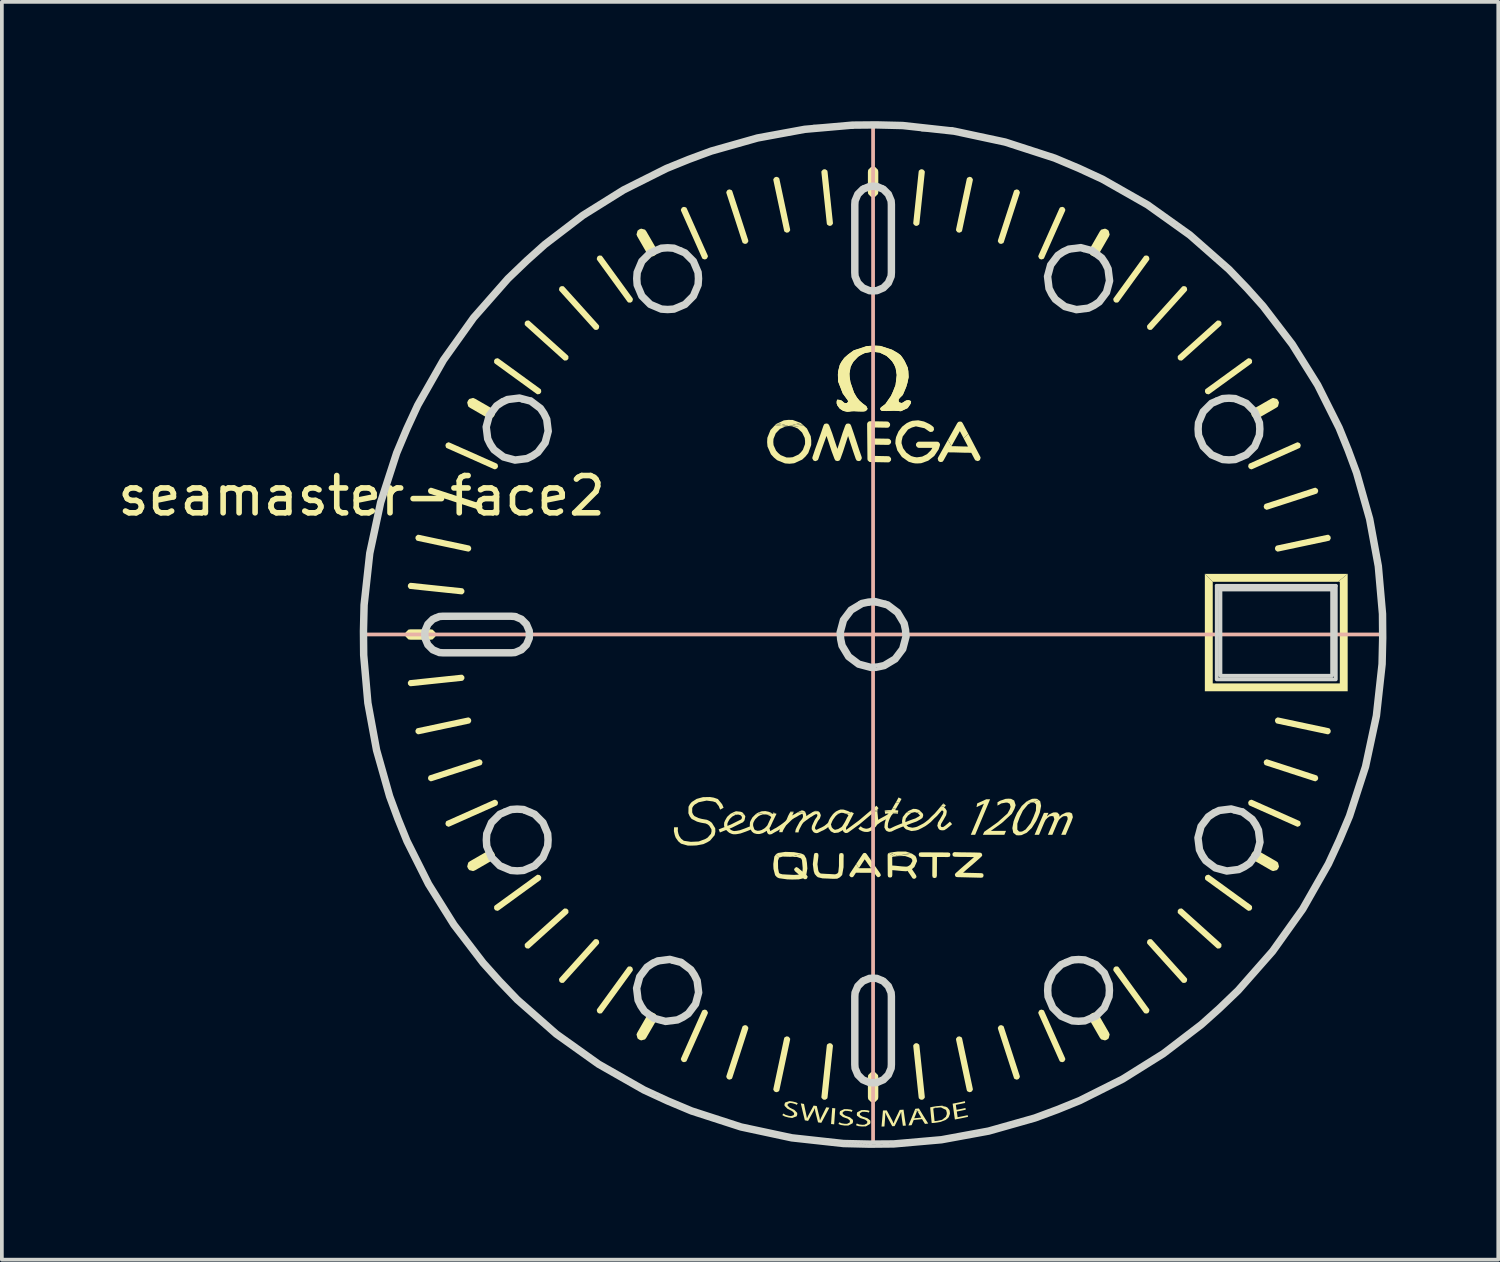
<source format=kicad_pcb>
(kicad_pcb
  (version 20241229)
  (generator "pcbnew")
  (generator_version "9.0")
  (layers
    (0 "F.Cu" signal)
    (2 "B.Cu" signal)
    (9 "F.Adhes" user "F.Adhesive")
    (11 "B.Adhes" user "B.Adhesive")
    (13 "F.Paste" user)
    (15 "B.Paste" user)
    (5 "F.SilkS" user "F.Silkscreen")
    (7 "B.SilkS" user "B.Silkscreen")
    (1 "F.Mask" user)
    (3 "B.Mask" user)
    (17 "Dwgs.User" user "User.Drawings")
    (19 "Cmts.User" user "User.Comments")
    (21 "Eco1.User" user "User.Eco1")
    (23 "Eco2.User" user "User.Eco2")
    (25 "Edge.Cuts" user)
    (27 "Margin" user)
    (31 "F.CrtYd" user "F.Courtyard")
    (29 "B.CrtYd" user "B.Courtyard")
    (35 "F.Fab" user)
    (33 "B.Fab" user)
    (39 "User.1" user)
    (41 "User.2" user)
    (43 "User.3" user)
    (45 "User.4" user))
  (footprint "seamaster-face2"
    (layer "F.Cu")
    (at 6.649 0.25)
    (property "Reference" "seamaster-face2" (at 0 10 0) (layer "F.SilkS") (effects (font (size 1 1) (thickness 0.15))))
    (attr through_hole)
    (fp_poly (pts (xy 2.675 14.797) (xy 2.675 14.797) (xy 2.675 14.797)) (stroke (width 0) (type solid)) (fill yes) (layer "F.SilkS"))
    (fp_poly (pts (xy 10.787 18.546) (xy 10.749 18.549) (xy 10.787 18.546)) (stroke (width 0) (type solid)) (fill yes) (layer "F.SilkS"))
    (fp_poly (pts (xy 10.787 18.546) (xy 10.787 18.546) (xy 10.789 18.546)) (stroke (width 0) (type solid)) (fill yes) (layer "F.SilkS"))
    (fp_poly (pts (xy 10.797 18.546) (xy 10.787 18.546) (xy 10.797 18.546)) (stroke (width 0) (type solid)) (fill yes) (layer "F.SilkS"))
    (fp_poly (pts (xy 11.451 8.128) (xy 11.367 8.138) (xy 11.443 8.127)) (stroke (width 0) (type solid)) (fill yes) (layer "F.SilkS"))
    (fp_poly (pts (xy 11.46 8.128) (xy 11.451 8.128) (xy 11.456 8.127)) (stroke (width 0) (type solid)) (fill yes) (layer "F.SilkS"))
    (fp_poly (pts (xy 14.29 19.676) (xy 14.259 19.68) (xy 14.288 19.675)) (stroke (width 0) (type solid)) (fill yes) (layer "F.SilkS"))
    (fp_poly (pts (xy 14.29 19.676) (xy 14.288 19.675) (xy 14.31 19.672)) (stroke (width 0) (type solid)) (fill yes) (layer "F.SilkS"))
    (fp_poly (pts (xy 14.391 19.663) (xy 14.29 19.676) (xy 14.377 19.657)) (stroke (width 0) (type solid)) (fill yes) (layer "F.SilkS"))
    (fp_poly (pts (xy 15.618 18.26) (xy 15.591 18.262) (xy 15.603 18.247)) (stroke (width 0) (type solid)) (fill yes) (layer "F.SilkS"))
    (fp_poly (pts (xy 10.722 18.53) (xy 10.571 18.538) (xy 10.582 18.528) (xy 10.621 18.505)) (stroke (width 0) (type solid)) (fill yes) (layer "F.SilkS"))
    (fp_poly (pts (xy 11.018 18.526) (xy 11.027 18.532) (xy 10.797 18.546) (xy 10.797 18.546)) (stroke (width 0) (type solid)) (fill yes) (layer "F.SilkS"))
    (fp_poly (pts (xy 11.367 8.138) (xy 11.091 8.103) (xy 11.116 8.077) (xy 11.443 8.127)) (stroke (width 0) (type solid)) (fill yes) (layer "F.SilkS"))
    (fp_poly (pts (xy 11.452 8.126) (xy 11.456 8.127) (xy 11.451 8.128) (xy 11.443 8.127)) (stroke (width 0) (type solid)) (fill yes) (layer "F.SilkS"))
    (fp_poly (pts (xy 11.778 8.043) (xy 11.814 8.076) (xy 11.468 8.124) (xy 11.772 8.041)) (stroke (width 0) (type solid)) (fill yes) (layer "F.SilkS"))
    (fp_poly (pts (xy 11.844 18.441) (xy 11.86 18.449) (xy 11.754 18.459) (xy 11.805 18.436)) (stroke (width 0) (type solid)) (fill yes) (layer "F.SilkS"))
    (fp_poly (pts (xy 12.233 18.461) (xy 12.129 18.467) (xy 12.131 18.465) (xy 12.154 18.453)) (stroke (width 0) (type solid)) (fill yes) (layer "F.SilkS"))
    (fp_poly (pts (xy 13.836 18.463) (xy 13.639 18.454) (xy 13.644 18.45) (xy 13.838 18.43)) (stroke (width 0) (type solid)) (fill yes) (layer "F.SilkS"))
    (fp_poly (pts (xy 14.721 19.58) (xy 14.757 19.594) (xy 14.383 19.659) (xy 14.377 19.657)) (stroke (width 0) (type solid)) (fill yes) (layer "F.SilkS"))
    (fp_poly (pts (xy 15.631 18.271) (xy 15.581 18.274) (xy 15.591 18.262) (xy 15.618 18.26)) (stroke (width 0) (type solid)) (fill yes) (layer "F.SilkS"))
    (fp_poly (pts (xy 26.189 12.305) (xy 22.83 12.305) (xy 22.618 12.093) (xy 26.449 12.093)) (stroke (width 0) (type solid)) (fill yes) (layer "F.SilkS"))
    (fp_poly (pts (xy 10.789 18.546) (xy 10.787 18.546) (xy 10.621 18.505) (xy 10.648 18.49) (xy 10.797 18.546)) (stroke (width 0) (type solid)) (fill yes) (layer "F.SilkS"))
    (fp_poly (pts (xy 11.105 18.518) (xy 11.033 18.524) (xy 11.033 18.523) (xy 11.041 18.506) (xy 11.049 18.49)) (stroke (width 0) (type solid)) (fill yes) (layer "F.SilkS"))
    (fp_poly (pts (xy 11.116 8.077) (xy 11.121 8.072) (xy 11.174 8.047) (xy 11.452 8.126) (xy 11.443 8.127)) (stroke (width 0) (type solid)) (fill yes) (layer "F.SilkS"))
    (fp_poly (pts (xy 11.124 18.526) (xy 11.029 18.532) (xy 11.031 18.528) (xy 11.033 18.524) (xy 11.105 18.518)) (stroke (width 0) (type solid)) (fill yes) (layer "F.SilkS"))
    (fp_poly (pts (xy 11.544 18.47) (xy 11.588 18.471) (xy 11.588 18.474) (xy 11.494 18.482) (xy 11.499 18.47)) (stroke (width 0) (type solid)) (fill yes) (layer "F.SilkS"))
    (fp_poly (pts (xy 11.582 18.499) (xy 11.483 18.505) (xy 11.49 18.494) (xy 11.494 18.482) (xy 11.588 18.474)) (stroke (width 0) (type solid)) (fill yes) (layer "F.SilkS"))
    (fp_poly (pts (xy 12.22 18.451) (xy 12.248 18.458) (xy 12.254 18.463) (xy 12.154 18.453) (xy 12.163 18.449)) (stroke (width 0) (type solid)) (fill yes) (layer "F.SilkS"))
    (fp_poly (pts (xy 11.174 8.047) (xy 11.326 7.975) (xy 11.443 7.962) (xy 11.562 7.964) (xy 11.772 8.041) (xy 11.456 8.127)) (stroke (width 0) (type solid)) (fill yes) (layer "F.SilkS"))
    (fp_poly (pts (xy 14.31 19.672) (xy 14.288 19.675) (xy 14.134 19.584) (xy 14.158 19.573) (xy 14.177 19.569) (xy 14.377 19.657)) (stroke (width 0) (type solid)) (fill yes) (layer "F.SilkS"))
    (fp_poly (pts (xy 14.442 18.109) (xy 14.482 18.129) (xy 14.436 18.216) (xy 14.327 18.226) (xy 14.356 18.177) (xy 14.402 18.089)) (stroke (width 0) (type solid)) (fill yes) (layer "F.SilkS"))
    (fp_poly (pts (xy 15.647 26.379) (xy 15.428 26.414) (xy 15.426 26.414) (xy 15.333 26.384) (xy 15.417 26.371) (xy 15.572 26.357)) (stroke (width 0) (type solid)) (fill yes) (layer "F.SilkS"))
    (fp_poly (pts (xy 11.896 18.47) (xy 11.9 18.48) (xy 11.688 18.493) (xy 11.694 18.489) (xy 11.738 18.466) (xy 11.754 18.459) (xy 11.86 18.449)) (stroke (width 0) (type solid)) (fill yes) (layer "F.SilkS"))
    (fp_poly (pts (xy 15.637 18.276) (xy 15.671 18.305) (xy 15.663 18.314) (xy 15.518 18.349) (xy 15.535 18.328) (xy 15.581 18.274) (xy 15.631 18.271)) (stroke (width 0) (type solid)) (fill yes) (layer "F.SilkS"))
    (fp_poly (pts (xy 11.468 8.124) (xy 11.814 8.076) (xy 11.85 8.108) (xy 11.589 8.149) (xy 11.551 8.134) (xy 11.469 8.128) (xy 11.46 8.128) (xy 11.456 8.127)) (stroke (width 0) (type solid)) (fill yes) (layer "F.SilkS"))
    (fp_poly (pts (xy 12.664 26.424) (xy 12.705 26.428) (xy 12.69 26.643) (xy 12.675 26.858) (xy 12.634 26.853) (xy 12.592 26.849) (xy 12.607 26.634) (xy 12.624 26.419)) (stroke (width 0) (type solid)) (fill yes) (layer "F.SilkS"))
    (fp_poly (pts (xy 14.177 19.569) (xy 14.204 19.564) (xy 14.274 19.554) (xy 14.381 19.54) (xy 14.601 19.541) (xy 14.712 19.576) (xy 14.721 19.58) (xy 14.377 19.657)) (stroke (width 0) (type solid)) (fill yes) (layer "F.SilkS"))
    (fp_poly (pts (xy 14.987 26.495) (xy 14.917 26.516) (xy 14.902 26.485) (xy 14.9 26.485) (xy 14.839 26.471) (xy 14.852 26.44) (xy 14.9 26.435) (xy 14.948 26.431)) (stroke (width 0) (type solid)) (fill yes) (layer "F.SilkS"))
    (fp_poly (pts (xy 16.457 19.091) (xy 16.34 19.091) (xy 16.691 18.258) (xy 16.688 18.258) (xy 16.494 18.348) (xy 16.512 18.249) (xy 16.755 18.138) (xy 16.858 18.138)) (stroke (width 0) (type solid)) (fill yes) (layer "F.SilkS"))
    (fp_poly (pts (xy 18.119 18.127) (xy 18.154 18.154) (xy 17.996 18.224) (xy 17.962 18.227) (xy 17.833 18.201) (xy 17.843 18.192) (xy 17.983 18.127) (xy 18.053 18.122)) (stroke (width 0) (type solid)) (fill yes) (layer "F.SilkS"))
    (fp_poly (pts (xy 10.648 18.49) (xy 10.651 18.488) (xy 10.734 18.46) (xy 10.782 18.458) (xy 10.83 18.455) (xy 10.917 18.473) (xy 10.981 18.499) (xy 11.018 18.526) (xy 10.797 18.546)) (stroke (width 0) (type solid)) (fill yes) (layer "F.SilkS"))
    (fp_poly (pts (xy 22.83 15.031) (xy 26.238 15.031) (xy 26.238 12.305) (xy 26.189 12.305) (xy 26.449 12.093) (xy 26.449 15.242) (xy 22.618 15.242) (xy 22.618 12.093) (xy 22.83 12.305)) (stroke (width 0) (type solid)) (fill yes) (layer "F.SilkS"))
    (fp_poly (pts (xy 14.434 18.22) (xy 14.384 18.303) (xy 14.361 18.343) (xy 14.343 18.376) (xy 14.234 18.387) (xy 14.262 18.338) (xy 14.284 18.299) (xy 14.308 18.259) (xy 14.327 18.226) (xy 14.436 18.216)) (stroke (width 0) (type solid)) (fill yes) (layer "F.SilkS"))
    (fp_poly (pts (xy 16.095 8.015) (xy 16.123 8.051) (xy 16.273 8.335) (xy 16.149 8.458) (xy 16.047 8.264) (xy 15.823 8.667) (xy 15.727 8.497) (xy 15.977 8.049) (xy 16.004 8.017) (xy 16.051 8.006)) (stroke (width 0) (type solid)) (fill yes) (layer "F.SilkS"))
    (fp_poly (pts (xy 10.158 18.471) (xy 10.211 18.488) (xy 10.27 18.554) (xy 10.147 18.561) (xy 10.131 18.556) (xy 10.11 18.55) (xy 10.089 18.549) (xy 10.041 18.555) (xy 9.951 18.498) (xy 9.975 18.485) (xy 10.043 18.459)) (stroke (width 0) (type solid)) (fill yes) (layer "F.SilkS"))
    (fp_poly (pts (xy 11.598 19.557) (xy 11.797 19.593) (xy 11.805 19.598) (xy 11.521 19.682) (xy 11.293 19.676) (xy 11.199 19.703) (xy 11.112 19.618) (xy 11.119 19.608) (xy 11.119 19.608) (xy 11.173 19.578) (xy 11.366 19.549)) (stroke (width 0) (type solid)) (fill yes) (layer "F.SilkS"))
    (fp_poly (pts (xy 13.523 19.582) (xy 13.544 19.604) (xy 13.735 19.877) (xy 13.663 19.988) (xy 13.495 19.749) (xy 13.339 19.987) (xy 13.267 19.872) (xy 13.442 19.605) (xy 13.463 19.583) (xy 13.492 19.577) (xy 13.494 19.577)) (stroke (width 0) (type solid)) (fill yes) (layer "F.SilkS"))
    (fp_poly (pts (xy 14.34 18.381) (xy 14.325 18.407) (xy 14.311 18.431) (xy 14.354 18.434) (xy 14.395 18.438) (xy 14.389 18.488) (xy 14.034 18.472) (xy 14.03 18.44) (xy 14.113 18.431) (xy 14.209 18.429) (xy 14.233 18.39) (xy 14.234 18.387) (xy 14.343 18.376)) (stroke (width 0) (type solid)) (fill yes) (layer "F.SilkS"))
    (fp_poly (pts (xy 14.872 18.399) (xy 14.957 18.428) (xy 15.005 18.472) (xy 15.005 18.472) (xy 14.892 18.5) (xy 14.855 18.487) (xy 14.843 18.485) (xy 14.831 18.484) (xy 14.746 18.504) (xy 14.609 18.498) (xy 14.634 18.479) (xy 14.671 18.45) (xy 14.793 18.395)) (stroke (width 0) (type solid)) (fill yes) (layer "F.SilkS"))
    (fp_poly (pts (xy 1.903 13.588) (xy 1.979 13.663) (xy 1.987 13.719) (xy 1.979 13.775) (xy 1.903 13.851) (xy 1.847 13.859) (xy 1.312 13.859) (xy 1.256 13.851) (xy 1.18 13.775) (xy 1.172 13.719) (xy 1.18 13.663) (xy 1.256 13.588) (xy 1.312 13.58) (xy 1.847 13.58)) (stroke (width 0) (type solid)) (fill yes) (layer "F.SilkS"))
    (fp_poly (pts (xy 3.044 7.395) (xy 3.508 7.662) (xy 3.552 7.697) (xy 3.58 7.801) (xy 3.559 7.853) (xy 3.524 7.898) (xy 3.42 7.925) (xy 3.368 7.904) (xy 2.904 7.636) (xy 2.86 7.602) (xy 2.832 7.498) (xy 2.853 7.446) (xy 2.888 7.401) (xy 2.991 7.373)) (stroke (width 0) (type solid)) (fill yes) (layer "F.SilkS"))
    (fp_poly (pts (xy 3.524 19.541) (xy 3.559 19.586) (xy 3.58 19.638) (xy 3.552 19.742) (xy 3.508 19.776) (xy 3.044 20.044) (xy 2.991 20.065) (xy 2.888 20.038) (xy 2.853 19.993) (xy 2.832 19.941) (xy 2.86 19.837) (xy 2.904 19.802) (xy 3.368 19.535) (xy 3.42 19.513)) (stroke (width 0) (type solid)) (fill yes) (layer "F.SilkS"))
    (fp_poly (pts (xy 7.602 2.86) (xy 7.636 2.904) (xy 7.904 3.368) (xy 7.925 3.42) (xy 7.898 3.524) (xy 7.853 3.559) (xy 7.801 3.58) (xy 7.697 3.552) (xy 7.662 3.508) (xy 7.395 3.044) (xy 7.373 2.991) (xy 7.401 2.888) (xy 7.446 2.853) (xy 7.498 2.832)) (stroke (width 0) (type solid)) (fill yes) (layer "F.SilkS"))
    (fp_poly (pts (xy 7.853 23.88) (xy 7.898 23.915) (xy 7.925 24.018) (xy 7.904 24.071) (xy 7.636 24.535) (xy 7.602 24.579) (xy 7.498 24.607) (xy 7.446 24.586) (xy 7.401 24.551) (xy 7.373 24.447) (xy 7.395 24.395) (xy 7.662 23.931) (xy 7.697 23.887) (xy 7.801 23.859)) (stroke (width 0) (type solid)) (fill yes) (layer "F.SilkS"))
    (fp_poly (pts (xy 13.775 1.18) (xy 13.851 1.256) (xy 13.859 1.312) (xy 13.859 1.847) (xy 13.851 1.903) (xy 13.775 1.979) (xy 13.719 1.987) (xy 13.663 1.979) (xy 13.588 1.903) (xy 13.58 1.847) (xy 13.58 1.312) (xy 13.588 1.256) (xy 13.663 1.18) (xy 13.719 1.172)) (stroke (width 0) (type solid)) (fill yes) (layer "F.SilkS"))
    (fp_poly (pts (xy 13.775 25.46) (xy 13.851 25.536) (xy 13.859 25.592) (xy 13.859 26.127) (xy 13.851 26.183) (xy 13.775 26.259) (xy 13.719 26.267) (xy 13.663 26.259) (xy 13.588 26.183) (xy 13.58 26.127) (xy 13.58 25.592) (xy 13.588 25.536) (xy 13.663 25.46) (xy 13.719 25.452)) (stroke (width 0) (type solid)) (fill yes) (layer "F.SilkS"))
    (fp_poly (pts (xy 19.742 23.887) (xy 19.776 23.931) (xy 20.044 24.395) (xy 20.065 24.447) (xy 20.038 24.551) (xy 19.993 24.586) (xy 19.941 24.607) (xy 19.837 24.579) (xy 19.802 24.535) (xy 19.535 24.071) (xy 19.513 24.018) (xy 19.541 23.915) (xy 19.586 23.88) (xy 19.638 23.859)) (stroke (width 0) (type solid)) (fill yes) (layer "F.SilkS"))
    (fp_poly (pts (xy 19.993 2.853) (xy 20.038 2.888) (xy 20.065 2.991) (xy 20.044 3.044) (xy 19.776 3.508) (xy 19.742 3.552) (xy 19.638 3.58) (xy 19.586 3.559) (xy 19.541 3.524) (xy 19.513 3.42) (xy 19.535 3.368) (xy 19.802 2.904) (xy 19.837 2.86) (xy 19.941 2.832)) (stroke (width 0) (type solid)) (fill yes) (layer "F.SilkS"))
    (fp_poly (pts (xy 24.071 19.535) (xy 24.535 19.802) (xy 24.579 19.837) (xy 24.607 19.941) (xy 24.586 19.993) (xy 24.551 20.038) (xy 24.447 20.065) (xy 24.395 20.044) (xy 23.931 19.776) (xy 23.887 19.742) (xy 23.859 19.638) (xy 23.88 19.586) (xy 23.915 19.541) (xy 24.018 19.513)) (stroke (width 0) (type solid)) (fill yes) (layer "F.SilkS"))
    (fp_poly (pts (xy 24.551 7.401) (xy 24.586 7.446) (xy 24.607 7.498) (xy 24.579 7.602) (xy 24.535 7.636) (xy 24.071 7.904) (xy 24.018 7.925) (xy 23.915 7.898) (xy 23.88 7.853) (xy 23.859 7.801) (xy 23.887 7.697) (xy 23.931 7.662) (xy 24.395 7.395) (xy 24.447 7.373)) (stroke (width 0) (type solid)) (fill yes) (layer "F.SilkS"))
    (fp_poly (pts (xy 5.505 21.074) (xy 5.528 21.095) (xy 5.547 21.12) (xy 5.548 21.181) (xy 5.528 21.206) (xy 4.506 22.127) (xy 4.479 22.144) (xy 4.419 22.136) (xy 4.395 22.115) (xy 4.377 22.089) (xy 4.375 22.029) (xy 4.395 22.003) (xy 4.906 21.543) (xy 5.417 21.083) (xy 5.444 21.066)) (stroke (width 0) (type solid)) (fill yes) (layer "F.SilkS"))
    (fp_poly (pts (xy 21.206 21.91) (xy 22.127 22.933) (xy 22.144 22.96) (xy 22.136 23.02) (xy 22.115 23.044) (xy 22.089 23.062) (xy 22.029 23.064) (xy 22.003 23.044) (xy 21.543 22.533) (xy 21.083 22.021) (xy 21.066 21.994) (xy 21.074 21.934) (xy 21.095 21.91) (xy 21.12 21.892) (xy 21.181 21.89)) (stroke (width 0) (type solid)) (fill yes) (layer "F.SilkS"))
    (fp_poly (pts (xy 22.089 4.377) (xy 22.115 4.395) (xy 22.136 4.419) (xy 22.144 4.479) (xy 22.127 4.506) (xy 21.206 5.528) (xy 21.181 5.548) (xy 21.12 5.547) (xy 21.095 5.528) (xy 21.074 5.505) (xy 21.066 5.444) (xy 21.083 5.417) (xy 21.543 4.906) (xy 22.003 4.395) (xy 22.029 4.375)) (stroke (width 0) (type solid)) (fill yes) (layer "F.SilkS"))
    (fp_poly (pts (xy 1.537 11.045) (xy 2.209 11.188) (xy 2.882 11.331) (xy 2.912 11.343) (xy 2.941 11.396) (xy 2.938 11.428) (xy 2.928 11.458) (xy 2.88 11.495) (xy 2.848 11.493) (xy 2.175 11.35) (xy 1.502 11.207) (xy 1.472 11.196) (xy 1.443 11.142) (xy 1.446 11.111) (xy 1.456 11.081) (xy 1.505 11.043)) (stroke (width 0) (type solid)) (fill yes) (layer "F.SilkS"))
    (fp_poly (pts (xy 1.883 9.786) (xy 2.537 9.999) (xy 3.191 10.211) (xy 3.22 10.226) (xy 3.243 10.282) (xy 3.237 10.313) (xy 3.224 10.342) (xy 3.172 10.374) (xy 3.14 10.369) (xy 2.486 10.157) (xy 1.832 9.944) (xy 1.803 9.929) (xy 1.78 9.873) (xy 1.786 9.842) (xy 1.799 9.813) (xy 1.851 9.781)) (stroke (width 0) (type solid)) (fill yes) (layer "F.SilkS"))
    (fp_poly (pts (xy 2.707 14.799) (xy 2.751 14.841) (xy 2.758 14.871) (xy 2.757 14.903) (xy 2.723 14.953) (xy 2.692 14.962) (xy 2.008 15.034) (xy 1.324 15.106) (xy 1.292 15.104) (xy 1.248 15.062) (xy 1.241 15.031) (xy 1.241 14.999) (xy 1.275 14.949) (xy 1.307 14.941) (xy 1.991 14.869) (xy 2.675 14.797)) (stroke (width 0) (type solid)) (fill yes) (layer "F.SilkS"))
    (fp_poly (pts (xy 2.928 15.981) (xy 2.938 16.011) (xy 2.941 16.042) (xy 2.912 16.096) (xy 2.882 16.108) (xy 2.209 16.251) (xy 1.537 16.394) (xy 1.505 16.395) (xy 1.456 16.358) (xy 1.446 16.328) (xy 1.443 16.297) (xy 1.472 16.243) (xy 1.502 16.231) (xy 2.175 16.088) (xy 2.848 15.945) (xy 2.88 15.944)) (stroke (width 0) (type solid)) (fill yes) (layer "F.SilkS"))
    (fp_poly (pts (xy 3.224 17.097) (xy 3.237 17.125) (xy 3.243 17.156) (xy 3.22 17.213) (xy 3.191 17.227) (xy 2.537 17.44) (xy 1.883 17.652) (xy 1.851 17.657) (xy 1.799 17.625) (xy 1.786 17.597) (xy 1.78 17.566) (xy 1.803 17.509) (xy 1.832 17.495) (xy 2.486 17.282) (xy 3.14 17.07) (xy 3.172 17.065)) (stroke (width 0) (type solid)) (fill yes) (layer "F.SilkS"))
    (fp_poly (pts (xy 4.506 5.312) (xy 5.528 6.232) (xy 5.528 6.232) (xy 5.548 6.258) (xy 5.547 6.318) (xy 5.528 6.344) (xy 5.505 6.365) (xy 5.444 6.373) (xy 5.417 6.356) (xy 4.906 5.896) (xy 4.395 5.435) (xy 4.375 5.41) (xy 4.377 5.349) (xy 4.395 5.324) (xy 4.419 5.303) (xy 4.479 5.295)) (stroke (width 0) (type solid)) (fill yes) (layer "F.SilkS"))
    (fp_poly (pts (xy 5.435 4.395) (xy 5.896 4.906) (xy 6.356 5.417) (xy 6.356 5.417) (xy 6.373 5.444) (xy 6.365 5.505) (xy 6.344 5.528) (xy 6.318 5.547) (xy 6.258 5.548) (xy 6.232 5.528) (xy 5.312 4.506) (xy 5.295 4.479) (xy 5.303 4.419) (xy 5.324 4.395) (xy 5.349 4.377) (xy 5.41 4.375)) (stroke (width 0) (type solid)) (fill yes) (layer "F.SilkS"))
    (fp_poly (pts (xy 6.318 21.892) (xy 6.344 21.91) (xy 6.365 21.934) (xy 6.373 21.994) (xy 6.356 22.022) (xy 5.896 22.533) (xy 5.435 23.044) (xy 5.41 23.064) (xy 5.349 23.062) (xy 5.324 23.044) (xy 5.303 23.02) (xy 5.295 22.96) (xy 5.312 22.933) (xy 6.232 21.91) (xy 6.232 21.91) (xy 6.258 21.89)) (stroke (width 0) (type solid)) (fill yes) (layer "F.SilkS"))
    (fp_poly (pts (xy 7.241 22.637) (xy 7.264 22.658) (xy 7.278 22.717) (xy 7.264 22.746) (xy 6.86 23.302) (xy 6.455 23.859) (xy 6.433 23.881) (xy 6.372 23.886) (xy 6.344 23.87) (xy 6.321 23.849) (xy 6.307 23.79) (xy 6.321 23.761) (xy 6.725 23.205) (xy 7.13 22.648) (xy 7.152 22.625) (xy 7.213 22.621)) (stroke (width 0) (type solid)) (fill yes) (layer "F.SilkS"))
    (fp_poly (pts (xy 9.236 23.789) (xy 9.263 23.805) (xy 9.29 23.86) (xy 9.282 23.891) (xy 9.002 24.519) (xy 8.722 25.147) (xy 8.705 25.174) (xy 8.646 25.191) (xy 8.616 25.182) (xy 8.589 25.166) (xy 8.562 25.111) (xy 8.571 25.08) (xy 8.85 24.451) (xy 9.13 23.823) (xy 9.148 23.796) (xy 9.206 23.779)) (stroke (width 0) (type solid)) (fill yes) (layer "F.SilkS"))
    (fp_poly (pts (xy 9.929 1.803) (xy 9.944 1.832) (xy 10.157 2.486) (xy 10.369 3.14) (xy 10.374 3.172) (xy 10.342 3.224) (xy 10.313 3.237) (xy 10.282 3.243) (xy 10.226 3.22) (xy 10.211 3.191) (xy 9.999 2.537) (xy 9.786 1.883) (xy 9.781 1.851) (xy 9.813 1.799) (xy 9.842 1.786) (xy 9.873 1.78)) (stroke (width 0) (type solid)) (fill yes) (layer "F.SilkS"))
    (fp_poly (pts (xy 10.313 24.202) (xy 10.342 24.215) (xy 10.374 24.267) (xy 10.369 24.299) (xy 10.157 24.953) (xy 9.944 25.607) (xy 9.929 25.636) (xy 9.873 25.659) (xy 9.842 25.653) (xy 9.813 25.639) (xy 9.781 25.588) (xy 9.786 25.556) (xy 9.999 24.902) (xy 10.211 24.248) (xy 10.226 24.219) (xy 10.282 24.196)) (stroke (width 0) (type solid)) (fill yes) (layer "F.SilkS"))
    (fp_poly (pts (xy 11.196 1.472) (xy 11.207 1.502) (xy 11.35 2.175) (xy 11.493 2.848) (xy 11.495 2.88) (xy 11.458 2.928) (xy 11.428 2.938) (xy 11.396 2.941) (xy 11.343 2.912) (xy 11.331 2.882) (xy 11.188 2.209) (xy 11.045 1.537) (xy 11.043 1.505) (xy 11.081 1.456) (xy 11.111 1.446) (xy 11.142 1.443)) (stroke (width 0) (type solid)) (fill yes) (layer "F.SilkS"))
    (fp_poly (pts (xy 11.428 24.501) (xy 11.458 24.511) (xy 11.495 24.559) (xy 11.493 24.591) (xy 11.35 25.264) (xy 11.207 25.937) (xy 11.196 25.967) (xy 11.142 25.995) (xy 11.111 25.992) (xy 11.081 25.982) (xy 11.043 25.934) (xy 11.045 25.902) (xy 11.188 25.229) (xy 11.331 24.557) (xy 11.343 24.526) (xy 11.396 24.498)) (stroke (width 0) (type solid)) (fill yes) (layer "F.SilkS"))
    (fp_poly (pts (xy 12.439 1.241) (xy 12.49 1.275) (xy 12.498 1.307) (xy 12.57 1.991) (xy 12.642 2.675) (xy 12.64 2.707) (xy 12.598 2.751) (xy 12.567 2.758) (xy 12.536 2.757) (xy 12.485 2.723) (xy 12.477 2.692) (xy 12.405 2.008) (xy 12.333 1.324) (xy 12.335 1.292) (xy 12.377 1.248) (xy 12.408 1.241)) (stroke (width 0) (type solid)) (fill yes) (layer "F.SilkS"))
    (fp_poly (pts (xy 12.598 24.688) (xy 12.64 24.732) (xy 12.642 24.764) (xy 12.57 25.448) (xy 12.498 26.132) (xy 12.49 26.163) (xy 12.439 26.198) (xy 12.408 26.198) (xy 12.377 26.191) (xy 12.335 26.147) (xy 12.333 26.115) (xy 12.405 25.431) (xy 12.477 24.747) (xy 12.485 24.716) (xy 12.536 24.682) (xy 12.567 24.681)) (stroke (width 0) (type solid)) (fill yes) (layer "F.SilkS"))
    (fp_poly (pts (xy 14.903 24.682) (xy 14.953 24.716) (xy 14.962 24.747) (xy 15.034 25.431) (xy 15.106 26.115) (xy 15.104 26.147) (xy 15.062 26.191) (xy 15.031 26.198) (xy 14.999 26.198) (xy 14.949 26.163) (xy 14.941 26.132) (xy 14.869 25.448) (xy 14.797 24.764) (xy 14.799 24.732) (xy 14.841 24.688) (xy 14.871 24.681)) (stroke (width 0) (type solid)) (fill yes) (layer "F.SilkS"))
    (fp_poly (pts (xy 16.096 24.526) (xy 16.108 24.557) (xy 16.251 25.229) (xy 16.394 25.902) (xy 16.395 25.934) (xy 16.358 25.982) (xy 16.328 25.992) (xy 16.297 25.995) (xy 16.243 25.967) (xy 16.231 25.937) (xy 16.088 25.264) (xy 15.945 24.591) (xy 15.944 24.559) (xy 15.981 24.511) (xy 16.011 24.501) (xy 16.042 24.498)) (stroke (width 0) (type solid)) (fill yes) (layer "F.SilkS"))
    (fp_poly (pts (xy 16.328 1.446) (xy 16.358 1.456) (xy 16.395 1.505) (xy 16.394 1.537) (xy 16.251 2.209) (xy 16.108 2.882) (xy 16.096 2.912) (xy 16.042 2.941) (xy 16.011 2.938) (xy 15.981 2.928) (xy 15.944 2.88) (xy 15.945 2.848) (xy 16.088 2.175) (xy 16.231 1.502) (xy 16.243 1.472) (xy 16.297 1.443)) (stroke (width 0) (type solid)) (fill yes) (layer "F.SilkS"))
    (fp_poly (pts (xy 17.213 24.219) (xy 17.227 24.248) (xy 17.44 24.902) (xy 17.652 25.556) (xy 17.657 25.588) (xy 17.625 25.639) (xy 17.597 25.653) (xy 17.566 25.659) (xy 17.509 25.636) (xy 17.495 25.607) (xy 17.282 24.953) (xy 17.07 24.299) (xy 17.065 24.267) (xy 17.097 24.215) (xy 17.125 24.202) (xy 17.156 24.196)) (stroke (width 0) (type solid)) (fill yes) (layer "F.SilkS"))
    (fp_poly (pts (xy 17.597 1.786) (xy 17.625 1.799) (xy 17.657 1.851) (xy 17.652 1.883) (xy 17.44 2.537) (xy 17.227 3.191) (xy 17.213 3.22) (xy 17.156 3.243) (xy 17.125 3.237) (xy 17.097 3.224) (xy 17.065 3.172) (xy 17.07 3.14) (xy 17.282 2.486) (xy 17.495 1.832) (xy 17.509 1.803) (xy 17.566 1.78)) (stroke (width 0) (type solid)) (fill yes) (layer "F.SilkS"))
    (fp_poly (pts (xy 18.291 23.796) (xy 18.309 23.823) (xy 18.588 24.451) (xy 18.868 25.08) (xy 18.877 25.111) (xy 18.85 25.166) (xy 18.823 25.182) (xy 18.793 25.191) (xy 18.734 25.174) (xy 18.717 25.147) (xy 18.437 24.519) (xy 18.157 23.891) (xy 18.149 23.86) (xy 18.175 23.805) (xy 18.203 23.789) (xy 18.233 23.779)) (stroke (width 0) (type solid)) (fill yes) (layer "F.SilkS"))
    (fp_poly (pts (xy 20.286 22.625) (xy 20.309 22.648) (xy 20.713 23.205) (xy 21.118 23.761) (xy 21.132 23.79) (xy 21.118 23.849) (xy 21.095 23.87) (xy 21.067 23.886) (xy 21.006 23.881) (xy 20.983 23.859) (xy 20.579 23.302) (xy 20.175 22.746) (xy 20.16 22.717) (xy 20.175 22.658) (xy 20.198 22.637) (xy 20.226 22.621)) (stroke (width 0) (type solid)) (fill yes) (layer "F.SilkS"))
    (fp_poly (pts (xy 22.021 21.083) (xy 22.533 21.543) (xy 23.044 22.003) (xy 23.064 22.029) (xy 23.062 22.089) (xy 23.044 22.115) (xy 23.02 22.136) (xy 22.96 22.144) (xy 22.933 22.127) (xy 21.91 21.206) (xy 21.91 21.206) (xy 21.89 21.181) (xy 21.892 21.12) (xy 21.91 21.095) (xy 21.934 21.074) (xy 21.994 21.066)) (stroke (width 0) (type solid)) (fill yes) (layer "F.SilkS"))
    (fp_poly (pts (xy 22.746 20.175) (xy 23.302 20.579) (xy 23.859 20.983) (xy 23.881 21.006) (xy 23.886 21.067) (xy 23.87 21.095) (xy 23.849 21.118) (xy 23.79 21.132) (xy 23.761 21.118) (xy 23.205 20.713) (xy 22.648 20.309) (xy 22.625 20.286) (xy 22.621 20.226) (xy 22.637 20.198) (xy 22.658 20.175) (xy 22.717 20.16)) (stroke (width 0) (type solid)) (fill yes) (layer "F.SilkS"))
    (fp_poly (pts (xy 23.02 5.303) (xy 23.044 5.324) (xy 23.062 5.349) (xy 23.064 5.41) (xy 23.044 5.435) (xy 22.533 5.896) (xy 22.021 6.356) (xy 22.021 6.356) (xy 21.994 6.373) (xy 21.934 6.365) (xy 21.91 6.344) (xy 21.892 6.318) (xy 21.89 6.258) (xy 21.91 6.232) (xy 22.933 5.312) (xy 22.96 5.295)) (stroke (width 0) (type solid)) (fill yes) (layer "F.SilkS"))
    (fp_poly (pts (xy 23.849 6.321) (xy 23.87 6.344) (xy 23.886 6.372) (xy 23.881 6.433) (xy 23.859 6.455) (xy 23.302 6.86) (xy 22.746 7.264) (xy 22.717 7.278) (xy 22.658 7.264) (xy 22.637 7.241) (xy 22.621 7.213) (xy 22.625 7.152) (xy 22.648 7.13) (xy 23.205 6.725) (xy 23.761 6.321) (xy 23.79 6.307)) (stroke (width 0) (type solid)) (fill yes) (layer "F.SilkS"))
    (fp_poly (pts (xy 23.891 18.157) (xy 24.519 18.437) (xy 25.147 18.717) (xy 25.174 18.734) (xy 25.191 18.793) (xy 25.182 18.823) (xy 25.166 18.85) (xy 25.111 18.877) (xy 25.08 18.868) (xy 24.451 18.588) (xy 23.823 18.309) (xy 23.796 18.291) (xy 23.779 18.233) (xy 23.789 18.203) (xy 23.805 18.175) (xy 23.86 18.149)) (stroke (width 0) (type solid)) (fill yes) (layer "F.SilkS"))
    (fp_poly (pts (xy 24.299 17.07) (xy 24.953 17.282) (xy 25.607 17.495) (xy 25.636 17.509) (xy 25.659 17.566) (xy 25.653 17.597) (xy 25.639 17.625) (xy 25.588 17.657) (xy 25.556 17.652) (xy 24.902 17.44) (xy 24.247 17.227) (xy 24.219 17.213) (xy 24.196 17.156) (xy 24.202 17.125) (xy 24.215 17.097) (xy 24.267 17.065)) (stroke (width 0) (type solid)) (fill yes) (layer "F.SilkS"))
    (fp_poly (pts (xy 24.591 15.945) (xy 25.264 16.088) (xy 25.937 16.231) (xy 25.967 16.243) (xy 25.995 16.297) (xy 25.992 16.328) (xy 25.982 16.358) (xy 25.934 16.395) (xy 25.902 16.394) (xy 25.229 16.251) (xy 24.557 16.108) (xy 24.526 16.096) (xy 24.498 16.042) (xy 24.501 16.011) (xy 24.511 15.981) (xy 24.559 15.944)) (stroke (width 0) (type solid)) (fill yes) (layer "F.SilkS"))
    (fp_poly (pts (xy 25.166 8.589) (xy 25.182 8.616) (xy 25.191 8.646) (xy 25.174 8.705) (xy 25.147 8.722) (xy 24.519 9.002) (xy 23.891 9.282) (xy 23.86 9.29) (xy 23.805 9.263) (xy 23.789 9.236) (xy 23.779 9.206) (xy 23.796 9.148) (xy 23.823 9.13) (xy 24.451 8.85) (xy 25.08 8.571) (xy 25.111 8.562)) (stroke (width 0) (type solid)) (fill yes) (layer "F.SilkS"))
    (fp_poly (pts (xy 25.639 9.813) (xy 25.653 9.842) (xy 25.659 9.873) (xy 25.636 9.929) (xy 25.607 9.944) (xy 24.953 10.157) (xy 24.299 10.369) (xy 24.267 10.374) (xy 24.215 10.342) (xy 24.202 10.313) (xy 24.196 10.282) (xy 24.219 10.226) (xy 24.248 10.211) (xy 24.902 9.999) (xy 25.556 9.786) (xy 25.588 9.781)) (stroke (width 0) (type solid)) (fill yes) (layer "F.SilkS"))
    (fp_poly (pts (xy 25.982 11.081) (xy 25.992 11.111) (xy 25.995 11.142) (xy 25.967 11.196) (xy 25.937 11.207) (xy 25.264 11.35) (xy 24.591 11.493) (xy 24.559 11.495) (xy 24.511 11.458) (xy 24.501 11.428) (xy 24.498 11.396) (xy 24.526 11.343) (xy 24.557 11.331) (xy 25.229 11.188) (xy 25.902 11.045) (xy 25.934 11.043)) (stroke (width 0) (type solid)) (fill yes) (layer "F.SilkS"))
    (fp_poly (pts (xy 2.008 12.405) (xy 2.692 12.477) (xy 2.692 12.477) (xy 2.723 12.485) (xy 2.757 12.536) (xy 2.758 12.567) (xy 2.751 12.598) (xy 2.707 12.64) (xy 2.675 12.642) (xy 1.991 12.57) (xy 1.307 12.498) (xy 1.275 12.49) (xy 1.241 12.439) (xy 1.241 12.408) (xy 1.248 12.377) (xy 1.292 12.335) (xy 1.324 12.333)) (stroke (width 0) (type solid)) (fill yes) (layer "F.SilkS"))
    (fp_poly (pts (xy 2.359 8.571) (xy 2.987 8.85) (xy 3.616 9.13) (xy 3.616 9.13) (xy 3.643 9.148) (xy 3.66 9.206) (xy 3.65 9.236) (xy 3.634 9.263) (xy 3.579 9.29) (xy 3.548 9.282) (xy 2.92 9.002) (xy 2.291 8.722) (xy 2.264 8.705) (xy 2.248 8.646) (xy 2.257 8.616) (xy 2.273 8.589) (xy 2.328 8.562)) (stroke (width 0) (type solid)) (fill yes) (layer "F.SilkS"))
    (fp_poly (pts (xy 3.634 18.175) (xy 3.65 18.203) (xy 3.66 18.233) (xy 3.643 18.291) (xy 3.616 18.309) (xy 2.987 18.588) (xy 2.359 18.868) (xy 2.328 18.877) (xy 2.273 18.85) (xy 2.257 18.823) (xy 2.248 18.793) (xy 2.264 18.734) (xy 2.291 18.717) (xy 2.92 18.437) (xy 3.548 18.157) (xy 3.548 18.157) (xy 3.579 18.149)) (stroke (width 0) (type solid)) (fill yes) (layer "F.SilkS"))
    (fp_poly (pts (xy 3.678 6.321) (xy 4.234 6.725) (xy 4.791 7.13) (xy 4.791 7.13) (xy 4.813 7.152) (xy 4.818 7.213) (xy 4.802 7.241) (xy 4.781 7.264) (xy 4.722 7.278) (xy 4.693 7.264) (xy 4.137 6.86) (xy 3.58 6.455) (xy 3.557 6.433) (xy 3.553 6.372) (xy 3.568 6.344) (xy 3.59 6.321) (xy 3.649 6.307)) (stroke (width 0) (type solid)) (fill yes) (layer "F.SilkS"))
    (fp_poly (pts (xy 4.781 20.175) (xy 4.802 20.198) (xy 4.818 20.226) (xy 4.813 20.286) (xy 4.791 20.309) (xy 4.234 20.713) (xy 3.678 21.118) (xy 3.649 21.132) (xy 3.59 21.118) (xy 3.568 21.095) (xy 3.553 21.067) (xy 3.557 21.006) (xy 3.58 20.983) (xy 4.137 20.579) (xy 4.693 20.175) (xy 4.693 20.175) (xy 4.722 20.16)) (stroke (width 0) (type solid)) (fill yes) (layer "F.SilkS"))
    (fp_poly (pts (xy 6.433 3.557) (xy 6.455 3.58) (xy 6.86 4.137) (xy 7.264 4.693) (xy 7.264 4.693) (xy 7.278 4.722) (xy 7.264 4.781) (xy 7.241 4.802) (xy 7.213 4.818) (xy 7.152 4.813) (xy 7.13 4.791) (xy 6.725 4.234) (xy 6.321 3.678) (xy 6.307 3.649) (xy 6.321 3.59) (xy 6.344 3.568) (xy 6.372 3.553)) (stroke (width 0) (type solid)) (fill yes) (layer "F.SilkS"))
    (fp_poly (pts (xy 8.705 2.265) (xy 8.722 2.291) (xy 9.002 2.92) (xy 9.282 3.548) (xy 9.282 3.548) (xy 9.29 3.579) (xy 9.263 3.634) (xy 9.236 3.65) (xy 9.206 3.66) (xy 9.148 3.643) (xy 9.13 3.616) (xy 8.85 2.987) (xy 8.571 2.359) (xy 8.562 2.328) (xy 8.589 2.273) (xy 8.616 2.257) (xy 8.646 2.248)) (stroke (width 0) (type solid)) (fill yes) (layer "F.SilkS"))
    (fp_poly (pts (xy 15.062 1.248) (xy 15.104 1.292) (xy 15.106 1.324) (xy 15.034 2.008) (xy 14.962 2.692) (xy 14.962 2.692) (xy 14.953 2.723) (xy 14.903 2.757) (xy 14.871 2.758) (xy 14.841 2.751) (xy 14.799 2.707) (xy 14.797 2.675) (xy 14.869 1.991) (xy 14.941 1.307) (xy 14.949 1.275) (xy 14.999 1.241) (xy 15.031 1.241)) (stroke (width 0) (type solid)) (fill yes) (layer "F.SilkS"))
    (fp_poly (pts (xy 15.732 19.565) (xy 15.78 19.579) (xy 15.793 19.627) (xy 15.779 19.675) (xy 15.731 19.688) (xy 15.433 19.687) (xy 15.43 20.191) (xy 15.416 20.238) (xy 15.368 20.252) (xy 15.321 20.238) (xy 15.307 20.19) (xy 15.31 19.686) (xy 15.003 19.684) (xy 14.955 19.67) (xy 14.942 19.622) (xy 14.956 19.574) (xy 15.004 19.561)) (stroke (width 0) (type solid)) (fill yes) (layer "F.SilkS"))
    (fp_poly (pts (xy 18.823 2.257) (xy 18.85 2.273) (xy 18.877 2.328) (xy 18.868 2.359) (xy 18.588 2.987) (xy 18.309 3.616) (xy 18.309 3.616) (xy 18.291 3.643) (xy 18.233 3.66) (xy 18.203 3.65) (xy 18.175 3.634) (xy 18.149 3.579) (xy 18.157 3.548) (xy 18.437 2.92) (xy 18.717 2.291) (xy 18.734 2.264) (xy 18.793 2.248)) (stroke (width 0) (type solid)) (fill yes) (layer "F.SilkS"))
    (fp_poly (pts (xy 21.095 3.568) (xy 21.118 3.59) (xy 21.132 3.649) (xy 21.118 3.678) (xy 20.713 4.234) (xy 20.309 4.791) (xy 20.309 4.791) (xy 20.286 4.813) (xy 20.226 4.818) (xy 20.198 4.802) (xy 20.175 4.781) (xy 20.16 4.722) (xy 20.175 4.693) (xy 20.579 4.137) (xy 20.983 3.58) (xy 21.006 3.557) (xy 21.067 3.553)) (stroke (width 0) (type solid)) (fill yes) (layer "F.SilkS"))
    (fp_poly (pts (xy 13.339 19.987) (xy 13.663 19.988) (xy 13.735 19.877) (xy 13.912 20.13) (xy 13.929 20.177) (xy 13.898 20.216) (xy 13.85 20.232) (xy 13.812 20.201) (xy 13.749 20.112) (xy 13.259 20.109) (xy 13.198 20.202) (xy 13.177 20.225) (xy 13.146 20.23) (xy 13.129 20.228) (xy 13.113 20.22) (xy 13.081 20.182) (xy 13.095 20.134) (xy 13.267 19.872)) (stroke (width 0) (type solid)) (fill yes) (layer "F.SilkS"))
    (fp_poly (pts (xy 13.838 18.345) (xy 13.866 18.38) (xy 13.856 18.387) (xy 13.847 18.395) (xy 13.843 18.398) (xy 13.84 18.401) (xy 13.838 18.43) (xy 13.644 18.45) (xy 13.728 18.379) (xy 13.744 18.366) (xy 13.758 18.354) (xy 13.758 18.353) (xy 13.758 18.352) (xy 13.759 18.352) (xy 13.76 18.352) (xy 13.777 18.338) (xy 13.79 18.327) (xy 13.8 18.319) (xy 13.809 18.311)) (stroke (width 0) (type solid)) (fill yes) (layer "F.SilkS"))
    (fp_poly (pts (xy 12.899 18.414) (xy 12.9 18.414) (xy 12.902 18.414) (xy 12.933 18.416) (xy 13.012 18.443) (xy 13.018 18.445) (xy 13.024 18.447) (xy 13.078 18.468) (xy 13.111 18.496) (xy 13.117 18.484) (xy 13.124 18.471) (xy 13.18 18.5) (xy 12.97 18.522) (xy 12.915 18.503) (xy 12.901 18.503) (xy 12.896 18.503) (xy 12.891 18.503) (xy 12.861 18.501) (xy 12.824 18.515) (xy 12.679 18.502) (xy 12.681 18.5) (xy 12.721 18.468) (xy 12.791 18.433) (xy 12.844 18.413)) (stroke (width 0) (type solid)) (fill yes) (layer "F.SilkS"))
    (fp_poly (pts (xy 16.185 26.26) (xy 16.189 26.284) (xy 16.064 26.31) (xy 15.939 26.334) (xy 15.948 26.401) (xy 15.958 26.468) (xy 16.078 26.445) (xy 16.197 26.42) (xy 16.201 26.443) (xy 16.204 26.465) (xy 16.085 26.49) (xy 15.965 26.514) (xy 15.976 26.59) (xy 15.987 26.667) (xy 16.122 26.64) (xy 16.257 26.612) (xy 16.261 26.635) (xy 16.265 26.657) (xy 16.089 26.694) (xy 15.913 26.728) (xy 15.883 26.515) (xy 15.853 26.303) (xy 16.018 26.272) (xy 16.182 26.237)) (stroke (width 0) (type solid)) (fill yes) (layer "F.SilkS"))
    (fp_poly (pts (xy 14.9 26.485) (xy 14.889 26.525) (xy 14.875 26.565) (xy 14.849 26.63) (xy 14.822 26.695) (xy 14.917 26.686) (xy 15.011 26.677) (xy 14.976 26.619) (xy 14.941 26.56) (xy 14.919 26.521) (xy 14.917 26.516) (xy 14.987 26.495) (xy 15.071 26.634) (xy 15.198 26.836) (xy 15.155 26.841) (xy 15.111 26.846) (xy 15.071 26.782) (xy 15.032 26.718) (xy 14.921 26.73) (xy 14.809 26.74) (xy 14.781 26.81) (xy 14.752 26.88) (xy 14.71 26.884) (xy 14.667 26.887) (xy 14.761 26.664) (xy 14.839 26.471)) (stroke (width 0) (type solid)) (fill yes) (layer "F.SilkS"))
    (fp_poly (pts (xy 16.592 8.945) (xy 16.592 8.945) (xy 16.604 8.977) (xy 16.585 9.038) (xy 16.557 9.057) (xy 16.526 9.068) (xy 16.465 9.049) (xy 16.445 9.022) (xy 16.352 8.845) (xy 16.169 8.843) (xy 16.03 8.839) (xy 15.899 8.835) (xy 15.73 8.833) (xy 15.609 9.051) (xy 15.58 9.086) (xy 15.536 9.093) (xy 15.516 9.092) (xy 15.496 9.083) (xy 15.469 9.062) (xy 15.452 9.001) (xy 15.464 8.969) (xy 15.727 8.497) (xy 15.823 8.667) (xy 15.937 8.669) (xy 16.035 8.672) (xy 16.141 8.675) (xy 16.264 8.677) (xy 16.149 8.458) (xy 16.273 8.335)) (stroke (width 0) (type solid)) (fill yes) (layer "F.SilkS"))
    (fp_poly (pts (xy 15.672 26.386) (xy 15.713 26.407) (xy 15.768 26.475) (xy 15.778 26.524) (xy 15.781 26.575) (xy 15.747 26.666) (xy 15.71 26.704) (xy 15.665 26.74) (xy 15.528 26.793) (xy 15.44 26.808) (xy 15.357 26.819) (xy 15.291 26.823) (xy 15.27 26.613) (xy 15.25 26.403) (xy 15.326 26.385) (xy 15.333 26.384) (xy 15.426 26.414) (xy 15.369 26.423) (xy 15.333 26.433) (xy 15.351 26.602) (xy 15.368 26.77) (xy 15.404 26.768) (xy 15.451 26.762) (xy 15.57 26.736) (xy 15.672 26.655) (xy 15.697 26.582) (xy 15.695 26.54) (xy 15.676 26.471) (xy 15.541 26.405) (xy 15.428 26.414) (xy 15.647 26.379)) (stroke (width 0) (type solid)) (fill yes) (layer "F.SilkS"))
    (fp_poly (pts (xy 17.419 18.126) (xy 17.504 18.172) (xy 17.543 18.296) (xy 17.51 18.399) (xy 17.441 18.527) (xy 17.176 18.772) (xy 16.985 18.91) (xy 16.934 18.946) (xy 16.883 18.982) (xy 16.882 18.984) (xy 16.882 18.985) (xy 17.285 18.985) (xy 17.241 19.091) (xy 16.665 19.091) (xy 16.682 19.051) (xy 16.699 19.012) (xy 16.767 18.963) (xy 16.836 18.915) (xy 17.06 18.755) (xy 17.324 18.52) (xy 17.382 18.415) (xy 17.407 18.343) (xy 17.385 18.26) (xy 17.329 18.23) (xy 17.282 18.227) (xy 17.157 18.25) (xy 17.056 18.309) (xy 17.056 18.264) (xy 17.056 18.219) (xy 17.123 18.179) (xy 17.273 18.127) (xy 17.352 18.122)) (stroke (width 0) (type solid)) (fill yes) (layer "F.SilkS"))
    (fp_poly (pts (xy 18.202 18.192) (xy 18.226 18.316) (xy 18.191 18.494) (xy 18.148 18.604) (xy 18.095 18.721) (xy 17.975 18.908) (xy 17.841 19.036) (xy 17.697 19.101) (xy 17.623 19.107) (xy 17.561 19.102) (xy 17.48 19.038) (xy 17.454 18.913) (xy 17.488 18.731) (xy 17.531 18.617) (xy 17.584 18.502) (xy 17.706 18.318) (xy 17.833 18.201) (xy 17.962 18.227) (xy 17.874 18.278) (xy 17.738 18.44) (xy 17.652 18.619) (xy 17.589 18.791) (xy 17.588 18.952) (xy 17.633 19.003) (xy 17.672 19.007) (xy 17.718 19.002) (xy 17.811 18.948) (xy 17.944 18.781) (xy 18.023 18.61) (xy 18.086 18.444) (xy 18.093 18.282) (xy 18.046 18.228) (xy 18.003 18.223) (xy 17.996 18.224) (xy 18.154 18.154)) (stroke (width 0) (type solid)) (fill yes) (layer "F.SilkS"))
    (fp_poly (pts (xy 11.564 26.246) (xy 11.651 26.268) (xy 11.7 26.294) (xy 11.685 26.315) (xy 11.671 26.335) (xy 11.631 26.313) (xy 11.554 26.291) (xy 11.496 26.283) (xy 11.434 26.308) (xy 11.427 26.329) (xy 11.427 26.358) (xy 11.483 26.409) (xy 11.54 26.438) (xy 11.611 26.474) (xy 11.684 26.55) (xy 11.685 26.595) (xy 11.67 26.641) (xy 11.549 26.687) (xy 11.444 26.672) (xy 11.349 26.646) (xy 11.284 26.61) (xy 11.298 26.589) (xy 11.312 26.568) (xy 11.373 26.604) (xy 11.456 26.628) (xy 11.516 26.637) (xy 11.59 26.612) (xy 11.6 26.583) (xy 11.6 26.554) (xy 11.547 26.502) (xy 11.492 26.474) (xy 11.422 26.439) (xy 11.345 26.361) (xy 11.343 26.317) (xy 11.361 26.272) (xy 11.477 26.234)) (stroke (width 0) (type solid)) (fill yes) (layer "F.SilkS"))
    (fp_poly (pts (xy 13.03 26.45) (xy 13.118 26.461) (xy 13.168 26.48) (xy 13.156 26.502) (xy 13.144 26.524) (xy 13.103 26.507) (xy 13.026 26.496) (xy 12.967 26.495) (xy 12.909 26.528) (xy 12.903 26.55) (xy 12.907 26.578) (xy 12.966 26.622) (xy 13.025 26.643) (xy 13.098 26.67) (xy 13.177 26.736) (xy 13.182 26.78) (xy 13.171 26.828) (xy 13.057 26.889) (xy 12.953 26.889) (xy 12.857 26.875) (xy 12.79 26.848) (xy 12.801 26.825) (xy 12.813 26.803) (xy 12.876 26.83) (xy 12.96 26.843) (xy 13.02 26.844) (xy 13.09 26.81) (xy 13.097 26.78) (xy 13.094 26.751) (xy 13.038 26.706) (xy 12.981 26.686) (xy 12.909 26.66) (xy 12.826 26.593) (xy 12.821 26.55) (xy 12.834 26.503) (xy 12.944 26.449)) (stroke (width 0) (type solid)) (fill yes) (layer "F.SilkS"))
    (fp_poly (pts (xy 16.074 19.561) (xy 16.245 19.563) (xy 16.419 19.565) (xy 16.586 19.57) (xy 16.622 19.579) (xy 16.641 19.611) (xy 16.647 19.647) (xy 16.625 19.677) (xy 16.479 19.808) (xy 16.325 19.941) (xy 16.228 20.024) (xy 16.134 20.108) (xy 16.623 20.12) (xy 16.671 20.135) (xy 16.683 20.183) (xy 16.668 20.23) (xy 16.621 20.243) (xy 16.62 20.243) (xy 15.975 20.227) (xy 15.938 20.218) (xy 15.918 20.187) (xy 15.913 20.15) (xy 15.935 20.119) (xy 16.085 19.985) (xy 16.244 19.847) (xy 16.336 19.768) (xy 16.426 19.689) (xy 16.335 19.688) (xy 16.243 19.686) (xy 16.071 19.685) (xy 15.907 19.68) (xy 15.86 19.664) (xy 15.848 19.616) (xy 15.852 19.591) (xy 15.885 19.558) (xy 15.912 19.556)) (stroke (width 0) (type solid)) (fill yes) (layer "F.SilkS"))
    (fp_poly (pts (xy 13.575 26.481) (xy 13.626 26.498) (xy 13.614 26.52) (xy 13.603 26.543) (xy 13.562 26.528) (xy 13.484 26.52) (xy 13.427 26.522) (xy 13.369 26.557) (xy 13.364 26.579) (xy 13.368 26.607) (xy 13.429 26.648) (xy 13.488 26.667) (xy 13.562 26.691) (xy 13.642 26.753) (xy 13.649 26.798) (xy 13.639 26.846) (xy 13.527 26.912) (xy 13.423 26.915) (xy 13.328 26.906) (xy 13.26 26.881) (xy 13.271 26.858) (xy 13.282 26.835) (xy 13.282 26.835) (xy 13.345 26.86) (xy 13.43 26.87) (xy 13.489 26.868) (xy 13.558 26.831) (xy 13.564 26.8) (xy 13.56 26.772) (xy 13.503 26.73) (xy 13.446 26.711) (xy 13.373 26.688) (xy 13.288 26.625) (xy 13.282 26.582) (xy 13.293 26.535) (xy 13.402 26.477) (xy 13.488 26.473)) (stroke (width 0) (type solid)) (fill yes) (layer "F.SilkS"))
    (fp_poly (pts (xy 14.095 8.006) (xy 14.128 8.012) (xy 14.172 8.058) (xy 14.176 8.091) (xy 14.172 8.125) (xy 14.129 8.17) (xy 14.091 8.173) (xy 13.726 8.166) (xy 13.729 8.46) (xy 14.121 8.467) (xy 14.155 8.472) (xy 14.199 8.518) (xy 14.203 8.551) (xy 14.198 8.584) (xy 14.153 8.629) (xy 14.12 8.633) (xy 14.12 8.633) (xy 14.119 8.633) (xy 13.73 8.627) (xy 13.733 8.928) (xy 14.121 8.936) (xy 14.155 8.941) (xy 14.199 8.987) (xy 14.203 9.021) (xy 14.198 9.053) (xy 14.153 9.098) (xy 14.12 9.102) (xy 14.119 9.102) (xy 13.649 9.093) (xy 13.617 9.088) (xy 13.573 9.044) (xy 13.568 9.011) (xy 13.559 8.081) (xy 13.563 8.048) (xy 13.583 8.022) (xy 13.607 8.002) (xy 13.643 7.998)) (stroke (width 0) (type solid)) (fill yes) (layer "F.SilkS"))
    (fp_poly (pts (xy 11.367 8.138) (xy 11.219 8.207) (xy 11.108 8.323) (xy 11.048 8.473) (xy 11.043 8.557) (xy 11.05 8.64) (xy 11.117 8.789) (xy 11.174 8.851) (xy 11.24 8.907) (xy 11.398 8.971) (xy 11.48 8.971) (xy 11.565 8.963) (xy 11.72 8.892) (xy 11.783 8.833) (xy 11.836 8.766) (xy 11.894 8.611) (xy 11.895 8.528) (xy 11.885 8.446) (xy 11.816 8.303) (xy 11.7 8.194) (xy 11.589 8.149) (xy 11.85 8.108) (xy 11.946 8.195) (xy 12.047 8.401) (xy 12.061 8.519) (xy 12.059 8.636) (xy 11.98 8.853) (xy 11.905 8.946) (xy 11.817 9.028) (xy 11.602 9.126) (xy 11.485 9.138) (xy 11.47 9.138) (xy 11.357 9.13) (xy 11.147 9.045) (xy 11.059 8.972) (xy 10.979 8.885) (xy 10.887 8.676) (xy 10.877 8.56) (xy 10.883 8.443) (xy 10.967 8.234) (xy 11.091 8.103)) (stroke (width 0) (type solid)) (fill yes) (layer "F.SilkS"))
    (fp_poly (pts (xy 14.566 26.678) (xy 14.598 26.891) (xy 14.558 26.894) (xy 14.518 26.896) (xy 14.505 26.803) (xy 14.492 26.709) (xy 14.48 26.613) (xy 14.475 26.524) (xy 14.473 26.524) (xy 14.472 26.524) (xy 14.441 26.603) (xy 14.4 26.692) (xy 14.348 26.799) (xy 14.296 26.905) (xy 14.265 26.907) (xy 14.233 26.908) (xy 14.179 26.807) (xy 14.125 26.706) (xy 14.08 26.618) (xy 14.049 26.54) (xy 14.048 26.54) (xy 14.046 26.54) (xy 14.044 26.63) (xy 14.038 26.73) (xy 14.024 26.915) (xy 13.985 26.916) (xy 13.946 26.916) (xy 13.965 26.7) (xy 13.984 26.485) (xy 14.035 26.484) (xy 14.086 26.483) (xy 14.142 26.586) (xy 14.198 26.689) (xy 14.238 26.764) (xy 14.267 26.831) (xy 14.27 26.831) (xy 14.295 26.763) (xy 14.331 26.684) (xy 14.383 26.577) (xy 14.434 26.47) (xy 14.485 26.467) (xy 14.536 26.464)) (stroke (width 0) (type solid)) (fill yes) (layer "F.SilkS"))
    (fp_poly (pts (xy 11.823 26.303) (xy 11.866 26.311) (xy 11.889 26.425) (xy 11.914 26.54) (xy 11.932 26.624) (xy 11.945 26.695) (xy 11.946 26.695) (xy 11.947 26.695) (xy 11.975 26.631) (xy 12.015 26.556) (xy 12.07 26.455) (xy 12.124 26.354) (xy 12.166 26.36) (xy 12.208 26.366) (xy 12.235 26.481) (xy 12.263 26.595) (xy 12.283 26.674) (xy 12.294 26.748) (xy 12.296 26.748) (xy 12.325 26.68) (xy 12.361 26.607) (xy 12.412 26.504) (xy 12.463 26.401) (xy 12.504 26.406) (xy 12.546 26.411) (xy 12.439 26.614) (xy 12.33 26.817) (xy 12.286 26.811) (xy 12.243 26.805) (xy 12.213 26.688) (xy 12.183 26.571) (xy 12.165 26.492) (xy 12.157 26.425) (xy 12.156 26.425) (xy 12.155 26.425) (xy 12.13 26.486) (xy 12.091 26.557) (xy 12.034 26.661) (xy 11.976 26.765) (xy 11.932 26.758) (xy 11.889 26.75) (xy 11.833 26.523) (xy 11.78 26.295)) (stroke (width 0) (type solid)) (fill yes) (layer "F.SilkS"))
    (fp_poly (pts (xy 12.244 19.591) (xy 12.255 19.64) (xy 12.251 19.685) (xy 12.245 19.736) (xy 12.227 19.882) (xy 12.247 20.035) (xy 12.261 20.08) (xy 12.289 20.112) (xy 12.316 20.13) (xy 12.471 20.14) (xy 12.53 20.142) (xy 12.582 20.145) (xy 12.701 20.152) (xy 12.758 20.131) (xy 12.786 20.094) (xy 12.804 19.928) (xy 12.804 19.819) (xy 12.805 19.732) (xy 12.807 19.638) (xy 12.822 19.591) (xy 12.871 19.579) (xy 12.919 19.595) (xy 12.931 19.643) (xy 12.928 19.735) (xy 12.928 19.819) (xy 12.927 19.961) (xy 12.89 20.169) (xy 12.83 20.231) (xy 12.757 20.269) (xy 12.665 20.272) (xy 12.623 20.271) (xy 12.575 20.269) (xy 12.525 20.266) (xy 12.468 20.264) (xy 12.363 20.26) (xy 12.239 20.23) (xy 12.202 20.2) (xy 12.153 20.143) (xy 12.127 20.065) (xy 12.103 19.881) (xy 12.122 19.721) (xy 12.128 19.674) (xy 12.132 19.633) (xy 12.148 19.586) (xy 12.197 19.575)) (stroke (width 0) (type solid)) (fill yes) (layer "F.SilkS"))
    (fp_poly (pts (xy 11.856 19.622) (xy 11.873 19.633) (xy 11.926 19.728) (xy 11.945 19.843) (xy 11.956 19.997) (xy 11.928 20.166) (xy 11.928 20.166) (xy 11.939 20.175) (xy 11.966 20.216) (xy 11.946 20.262) (xy 11.925 20.28) (xy 11.898 20.283) (xy 11.877 20.281) (xy 11.858 20.269) (xy 11.847 20.259) (xy 11.726 20.287) (xy 11.551 20.291) (xy 11.418 20.287) (xy 11.195 20.256) (xy 11.141 20.23) (xy 11.091 20.175) (xy 11.048 20.007) (xy 11.044 19.934) (xy 11.043 19.872) (xy 11.07 19.674) (xy 11.112 19.618) (xy 11.199 19.703) (xy 11.168 19.788) (xy 11.172 19.99) (xy 11.194 20.106) (xy 11.213 20.13) (xy 11.286 20.151) (xy 11.596 20.167) (xy 11.73 20.159) (xy 11.626 20.07) (xy 11.599 20.028) (xy 11.619 19.983) (xy 11.661 19.956) (xy 11.706 19.976) (xy 11.826 20.078) (xy 11.831 19.983) (xy 11.812 19.773) (xy 11.787 19.724) (xy 11.675 19.686) (xy 11.521 19.682) (xy 11.805 19.598)) (stroke (width 0) (type solid)) (fill yes) (layer "F.SilkS"))
    (fp_poly (pts (xy 19 18.491) (xy 19.056 18.521) (xy 19.078 18.618) (xy 19.04 18.728) (xy 18.962 18.909) (xy 18.885 19.091) (xy 18.765 19.091) (xy 18.837 18.922) (xy 18.909 18.754) (xy 18.938 18.675) (xy 18.935 18.628) (xy 18.917 18.595) (xy 18.866 18.589) (xy 18.814 18.597) (xy 18.757 18.638) (xy 18.704 18.69) (xy 18.669 18.757) (xy 18.598 18.924) (xy 18.527 19.091) (xy 18.408 19.091) (xy 18.555 18.745) (xy 18.581 18.674) (xy 18.557 18.595) (xy 18.508 18.589) (xy 18.454 18.597) (xy 18.399 18.636) (xy 18.348 18.688) (xy 18.312 18.759) (xy 18.241 18.925) (xy 18.171 19.091) (xy 18.051 19.091) (xy 18.176 18.797) (xy 18.302 18.503) (xy 18.422 18.503) (xy 18.402 18.549) (xy 18.382 18.595) (xy 18.384 18.595) (xy 18.438 18.547) (xy 18.549 18.493) (xy 18.607 18.489) (xy 18.661 18.494) (xy 18.717 18.552) (xy 18.718 18.606) (xy 18.775 18.552) (xy 18.894 18.494) (xy 18.956 18.489)) (stroke (width 0) (type solid)) (fill yes) (layer "F.SilkS"))
    (fp_poly (pts (xy 14.234 19.915) (xy 14.316 19.921) (xy 14.394 19.929) (xy 14.495 19.939) (xy 14.606 19.946) (xy 14.642 19.941) (xy 14.678 19.923) (xy 14.722 19.89) (xy 14.773 19.797) (xy 14.767 19.758) (xy 14.739 19.721) (xy 14.665 19.69) (xy 14.577 19.662) (xy 14.391 19.663) (xy 14.383 19.659) (xy 14.757 19.594) (xy 14.761 19.596) (xy 14.854 19.659) (xy 14.882 19.714) (xy 14.899 19.797) (xy 14.828 19.956) (xy 14.762 20.012) (xy 14.78 20.04) (xy 14.798 20.067) (xy 14.837 20.124) (xy 14.871 20.176) (xy 14.885 20.224) (xy 14.852 20.262) (xy 14.836 20.27) (xy 14.819 20.271) (xy 14.788 20.266) (xy 14.767 20.243) (xy 14.734 20.192) (xy 14.696 20.137) (xy 14.669 20.097) (xy 14.644 20.059) (xy 14.626 20.065) (xy 14.607 20.07) (xy 14.486 20.062) (xy 14.382 20.052) (xy 14.31 20.045) (xy 14.235 20.039) (xy 14.235 20.177) (xy 14.222 20.225) (xy 14.174 20.239) (xy 14.173 20.239) (xy 14.126 20.225) (xy 14.112 20.178) (xy 14.109 19.634) (xy 14.119 19.591) (xy 14.134 19.584) (xy 14.288 19.675) (xy 14.259 19.68) (xy 14.232 19.685)) (stroke (width 0) (type solid)) (fill yes) (layer "F.SilkS"))
    (fp_poly (pts (xy 15.087 8.006) (xy 15.245 8.082) (xy 15.322 8.139) (xy 15.346 8.164) (xy 15.353 8.227) (xy 15.336 8.256) (xy 15.312 8.28) (xy 15.248 8.287) (xy 15.219 8.27) (xy 15.1 8.187) (xy 14.868 8.136) (xy 14.759 8.167) (xy 14.657 8.22) (xy 14.513 8.409) (xy 14.486 8.526) (xy 14.482 8.588) (xy 14.523 8.72) (xy 14.612 8.842) (xy 14.741 8.932) (xy 14.819 8.955) (xy 14.893 8.967) (xy 15.036 8.947) (xy 15.165 8.882) (xy 15.27 8.778) (xy 15.309 8.713) (xy 14.952 8.713) (xy 14.919 8.708) (xy 14.874 8.663) (xy 14.869 8.629) (xy 14.874 8.596) (xy 14.919 8.551) (xy 14.952 8.546) (xy 15.43 8.546) (xy 15.468 8.552) (xy 15.496 8.579) (xy 15.496 8.579) (xy 15.514 8.612) (xy 15.511 8.651) (xy 15.477 8.755) (xy 15.36 8.93) (xy 15.198 9.057) (xy 15.008 9.125) (xy 14.906 9.131) (xy 14.845 9.129) (xy 14.783 9.118) (xy 14.673 9.085) (xy 14.492 8.957) (xy 14.37 8.783) (xy 14.316 8.593) (xy 14.321 8.503) (xy 14.336 8.423) (xy 14.4 8.273) (xy 14.499 8.144) (xy 14.625 8.046) (xy 14.697 8.013) (xy 14.772 7.987) (xy 14.928 7.973)) (stroke (width 0) (type solid)) (fill yes) (layer "F.SilkS"))
    (fp_poly (pts (xy 13.101 8.071) (xy 13.128 8.115) (xy 13.128 8.115) (xy 13.197 8.314) (xy 13.271 8.537) (xy 13.343 8.758) (xy 13.412 8.956) (xy 13.418 8.989) (xy 13.391 9.046) (xy 13.361 9.062) (xy 13.347 9.066) (xy 13.333 9.067) (xy 13.283 9.056) (xy 13.255 9.012) (xy 13.186 8.812) (xy 13.113 8.589) (xy 13.081 8.491) (xy 13.049 8.396) (xy 13.017 8.491) (xy 12.986 8.589) (xy 12.913 8.815) (xy 12.841 9.014) (xy 12.813 9.056) (xy 12.764 9.067) (xy 12.763 9.067) (xy 12.714 9.056) (xy 12.686 9.014) (xy 12.609 8.81) (xy 12.536 8.589) (xy 12.503 8.49) (xy 12.47 8.392) (xy 12.434 8.492) (xy 12.398 8.591) (xy 12.323 8.8) (xy 12.252 9.009) (xy 12.237 9.04) (xy 12.18 9.069) (xy 12.147 9.063) (xy 12.117 9.048) (xy 12.088 8.991) (xy 12.094 8.958) (xy 12.165 8.746) (xy 12.242 8.535) (xy 12.317 8.326) (xy 12.388 8.117) (xy 12.414 8.072) (xy 12.464 8.059) (xy 12.512 8.068) (xy 12.544 8.112) (xy 12.621 8.317) (xy 12.694 8.537) (xy 12.728 8.639) (xy 12.762 8.739) (xy 12.795 8.639) (xy 12.828 8.538) (xy 12.9 8.312) (xy 12.972 8.113) (xy 13 8.07) (xy 13.05 8.059) (xy 13.051 8.059)) (stroke (width 0) (type solid)) (fill yes) (layer "F.SilkS"))
    (fp_poly (pts (xy 9.444 18.094) (xy 9.556 18.132) (xy 9.67 18.272) (xy 9.696 18.333) (xy 9.703 18.352) (xy 9.71 18.365) (xy 9.619 18.416) (xy 9.61 18.397) (xy 9.6 18.373) (xy 9.579 18.321) (xy 9.499 18.221) (xy 9.424 18.196) (xy 9.424 18.196) (xy 9.254 18.174) (xy 9.038 18.219) (xy 8.929 18.285) (xy 8.89 18.331) (xy 8.868 18.373) (xy 8.867 18.49) (xy 8.89 18.542) (xy 8.925 18.588) (xy 9.034 18.641) (xy 9.096 18.658) (xy 9.134 18.667) (xy 9.175 18.674) (xy 9.262 18.689) (xy 9.339 18.726) (xy 9.396 18.771) (xy 9.485 18.916) (xy 9.489 19.007) (xy 9.47 19.101) (xy 9.347 19.247) (xy 9.271 19.293) (xy 9.167 19.342) (xy 8.987 19.376) (xy 8.922 19.379) (xy 8.92 19.379) (xy 8.919 19.379) (xy 8.878 19.381) (xy 8.832 19.382) (xy 8.746 19.38) (xy 8.568 19.329) (xy 8.493 19.265) (xy 8.425 19.168) (xy 8.399 19.096) (xy 8.376 18.993) (xy 8.38 18.915) (xy 8.381 18.901) (xy 8.381 18.889) (xy 8.433 18.889) (xy 8.485 18.89) (xy 8.484 18.904) (xy 8.484 18.92) (xy 8.481 18.986) (xy 8.497 19.061) (xy 8.518 19.12) (xy 8.569 19.194) (xy 8.643 19.252) (xy 8.83 19.28) (xy 8.914 19.276) (xy 8.915 19.276) (xy 8.917 19.276) (xy 9.044 19.27) (xy 9.223 19.202) (xy 9.278 19.169) (xy 9.371 19.064) (xy 9.386 18.999) (xy 9.383 18.943) (xy 9.322 18.845) (xy 9.28 18.811) (xy 9.229 18.788) (xy 9.158 18.776) (xy 9.113 18.768) (xy 9.069 18.758) (xy 8.996 18.738) (xy 8.851 18.664) (xy 8.799 18.593) (xy 8.765 18.513) (xy 8.769 18.338) (xy 8.807 18.269) (xy 8.855 18.212) (xy 8.987 18.128) (xy 9.154 18.082) (xy 9.344 18.078)) (stroke (width 0) (type solid)) (fill yes) (layer "F.SilkS"))
    (fp_poly (pts (xy 13.917 5.979) (xy 14.226 6.08) (xy 14.379 6.168) (xy 14.459 6.228) (xy 14.517 6.307) (xy 14.568 6.389) (xy 14.649 6.563) (xy 14.664 6.658) (xy 14.672 6.816) (xy 14.64 6.968) (xy 14.607 7.079) (xy 14.517 7.292) (xy 14.431 7.378) (xy 14.402 7.421) (xy 14.406 7.469) (xy 14.425 7.495) (xy 14.485 7.51) (xy 14.518 7.498) (xy 14.562 7.467) (xy 14.606 7.442) (xy 14.663 7.432) (xy 14.714 7.447) (xy 14.738 7.468) (xy 14.728 7.523) (xy 14.712 7.55) (xy 14.647 7.645) (xy 14.467 7.729) (xy 14.352 7.72) (xy 14.272 7.716) (xy 14.191 7.72) (xy 14.08 7.725) (xy 13.97 7.724) (xy 13.935 7.711) (xy 13.911 7.679) (xy 13.913 7.649) (xy 13.936 7.622) (xy 14.048 7.538) (xy 14.201 7.318) (xy 14.255 7.198) (xy 14.322 7.027) (xy 14.354 6.758) (xy 14.325 6.576) (xy 14.288 6.486) (xy 14.231 6.393) (xy 14.153 6.312) (xy 14.077 6.243) (xy 13.895 6.156) (xy 13.693 6.133) (xy 13.492 6.171) (xy 13.399 6.217) (xy 13.319 6.267) (xy 13.194 6.397) (xy 13.15 6.471) (xy 13.114 6.547) (xy 13.085 6.723) (xy 13.09 6.809) (xy 13.111 6.952) (xy 13.206 7.227) (xy 13.279 7.354) (xy 13.351 7.443) (xy 13.438 7.521) (xy 13.48 7.552) (xy 13.523 7.583) (xy 13.546 7.607) (xy 13.57 7.665) (xy 13.554 7.695) (xy 13.512 7.728) (xy 13.454 7.737) (xy 13.332 7.735) (xy 13.21 7.729) (xy 13.146 7.731) (xy 13.082 7.74) (xy 13.026 7.745) (xy 12.918 7.72) (xy 12.825 7.66) (xy 12.76 7.572) (xy 12.743 7.519) (xy 12.743 7.471) (xy 12.754 7.421) (xy 12.809 7.425) (xy 12.861 7.437) (xy 12.898 7.463) (xy 12.933 7.496) (xy 12.96 7.512) (xy 13.015 7.512) (xy 13.038 7.489) (xy 13.052 7.464) (xy 13.031 7.421) (xy 13.013 7.4) (xy 12.906 7.254) (xy 12.781 6.931) (xy 12.776 6.748) (xy 12.782 6.66) (xy 12.825 6.49) (xy 12.865 6.413) (xy 12.946 6.3) (xy 13.051 6.207) (xy 13.199 6.099) (xy 13.555 5.982) (xy 13.775 5.972)) (stroke (width 0) (type solid)) (fill yes) (layer "F.SilkS"))
    (fp_poly (pts (xy 13.917 5.979) (xy 14.226 6.08) (xy 14.379 6.168) (xy 14.459 6.228) (xy 14.517 6.307) (xy 14.568 6.389) (xy 14.649 6.563) (xy 14.664 6.658) (xy 14.672 6.816) (xy 14.64 6.968) (xy 14.607 7.079) (xy 14.517 7.292) (xy 14.431 7.378) (xy 14.402 7.421) (xy 14.406 7.469) (xy 14.425 7.495) (xy 14.485 7.51) (xy 14.518 7.498) (xy 14.562 7.467) (xy 14.606 7.442) (xy 14.663 7.432) (xy 14.714 7.447) (xy 14.738 7.468) (xy 14.728 7.523) (xy 14.712 7.55) (xy 14.647 7.645) (xy 14.467 7.729) (xy 14.352 7.72) (xy 14.272 7.716) (xy 14.191 7.72) (xy 14.08 7.725) (xy 13.97 7.724) (xy 13.935 7.711) (xy 13.911 7.679) (xy 13.913 7.649) (xy 13.937 7.622) (xy 14.048 7.538) (xy 14.201 7.318) (xy 14.255 7.198) (xy 14.322 7.027) (xy 14.354 6.758) (xy 14.325 6.576) (xy 14.288 6.486) (xy 14.231 6.393) (xy 14.153 6.312) (xy 14.077 6.243) (xy 13.895 6.156) (xy 13.693 6.133) (xy 13.492 6.171) (xy 13.399 6.217) (xy 13.319 6.267) (xy 13.194 6.397) (xy 13.15 6.471) (xy 13.114 6.547) (xy 13.085 6.723) (xy 13.09 6.809) (xy 13.111 6.952) (xy 13.206 7.227) (xy 13.279 7.354) (xy 13.351 7.443) (xy 13.438 7.521) (xy 13.48 7.552) (xy 13.523 7.583) (xy 13.546 7.607) (xy 13.57 7.665) (xy 13.554 7.695) (xy 13.512 7.728) (xy 13.454 7.737) (xy 13.332 7.735) (xy 13.21 7.729) (xy 13.146 7.731) (xy 13.082 7.74) (xy 13.026 7.745) (xy 12.918 7.72) (xy 12.825 7.66) (xy 12.76 7.572) (xy 12.743 7.519) (xy 12.743 7.471) (xy 12.754 7.421) (xy 12.809 7.425) (xy 12.861 7.437) (xy 12.898 7.463) (xy 12.933 7.496) (xy 12.96 7.512) (xy 13.015 7.512) (xy 13.038 7.489) (xy 13.052 7.464) (xy 13.031 7.421) (xy 13.013 7.4) (xy 12.906 7.254) (xy 12.781 6.931) (xy 12.776 6.748) (xy 12.782 6.66) (xy 12.825 6.49) (xy 12.865 6.413) (xy 12.946 6.3) (xy 13.051 6.207) (xy 13.199 6.099) (xy 13.555 5.982) (xy 13.775 5.972) (xy 13.775 5.972)) (stroke (width 0) (type solid)) (fill yes) (layer "F.SilkS"))
    (fp_poly (pts (xy 15.645 18.335) (xy 15.621 18.363) (xy 15.642 18.373) (xy 15.66 18.39) (xy 15.694 18.447) (xy 15.694 18.484) (xy 15.679 18.564) (xy 15.621 18.666) (xy 15.61 18.686) (xy 15.576 18.744) (xy 15.557 18.775) (xy 15.546 18.793) (xy 15.542 18.802) (xy 15.542 18.805) (xy 15.541 18.808) (xy 15.541 18.817) (xy 15.538 18.825) (xy 15.533 18.849) (xy 15.544 18.871) (xy 15.552 18.881) (xy 15.565 18.883) (xy 15.597 18.884) (xy 15.643 18.855) (xy 15.712 18.798) (xy 15.78 18.738) (xy 15.839 18.805) (xy 15.77 18.865) (xy 15.699 18.924) (xy 15.628 18.968) (xy 15.573 18.972) (xy 15.568 18.972) (xy 15.562 18.971) (xy 15.51 18.962) (xy 15.472 18.924) (xy 15.441 18.848) (xy 15.453 18.803) (xy 15.453 18.801) (xy 15.458 18.768) (xy 15.481 18.729) (xy 15.5 18.698) (xy 15.532 18.643) (xy 15.538 18.632) (xy 15.544 18.622) (xy 15.592 18.538) (xy 15.605 18.484) (xy 15.605 18.468) (xy 15.597 18.451) (xy 15.577 18.441) (xy 15.556 18.443) (xy 15.554 18.445) (xy 15.552 18.447) (xy 15.539 18.463) (xy 15.525 18.48) (xy 15.435 18.584) (xy 15.379 18.636) (xy 15.356 18.657) (xy 15.333 18.681) (xy 15.266 18.75) (xy 15.172 18.823) (xy 15.119 18.86) (xy 15.018 18.915) (xy 14.931 18.958) (xy 14.864 18.977) (xy 14.748 18.991) (xy 14.6 18.944) (xy 14.56 18.905) (xy 14.544 18.886) (xy 14.532 18.866) (xy 14.487 18.883) (xy 14.463 18.892) (xy 14.353 18.937) (xy 14.302 18.96) (xy 14.287 18.967) (xy 14.274 18.974) (xy 14.216 19.003) (xy 14.161 19.012) (xy 14.144 19.011) (xy 14.126 19.007) (xy 14.081 18.988) (xy 14.058 18.965) (xy 14.022 18.894) (xy 14.028 18.815) (xy 14.034 18.769) (xy 14.058 18.686) (xy 14.06 18.681) (xy 14.062 18.676) (xy 14.041 18.687) (xy 14.017 18.7) (xy 13.921 18.753) (xy 13.829 18.82) (xy 13.795 18.871) (xy 13.757 18.909) (xy 13.697 18.97) (xy 13.609 19.007) (xy 13.577 19.014) (xy 13.544 19.015) (xy 13.493 19.012) (xy 13.44 18.999) (xy 13.358 18.959) (xy 13.324 18.92) (xy 13.357 18.891) (xy 13.39 18.861) (xy 13.415 18.889) (xy 13.465 18.914) (xy 13.532 18.929) (xy 13.587 18.921) (xy 13.644 18.897) (xy 13.694 18.847) (xy 13.736 18.804) (xy 13.761 18.753) (xy 13.771 18.711) (xy 13.764 18.661) (xy 13.761 18.634) (xy 13.758 18.602) (xy 13.757 18.587) (xy 13.755 18.569) (xy 13.75 18.528) (xy 13.748 18.479) (xy 13.359 18.806) (xy 13.054 19.027) (xy 13.034 19.038) (xy 12.996 19.044) (xy 12.981 19.043) (xy 12.965 19.038) (xy 12.924 19.009) (xy 12.91 18.967) (xy 12.788 19.032) (xy 12.676 19.044) (xy 12.588 19) (xy 12.526 18.919) (xy 12.523 18.907) (xy 12.52 18.895) (xy 12.518 18.89) (xy 12.517 18.883) (xy 12.46 18.927) (xy 12.399 18.962) (xy 12.377 18.974) (xy 12.363 18.979) (xy 12.349 18.985) (xy 12.316 19.001) (xy 12.297 19.011) (xy 12.282 19.018) (xy 12.237 19.041) (xy 12.2 19.047) (xy 12.189 19.047) (xy 12.178 19.044) (xy 12.134 19.029) (xy 12.105 18.998) (xy 12.072 18.941) (xy 12.074 18.892) (xy 12.08 18.855) (xy 12.118 18.768) (xy 12.155 18.691) (xy 12.182 18.651) (xy 12.213 18.611) (xy 12.222 18.583) (xy 12.226 18.571) (xy 12.22 18.548) (xy 12.209 18.54) (xy 12.199 18.537) (xy 12.188 18.536) (xy 12.172 18.544) (xy 12.166 18.548) (xy 12.159 18.55) (xy 12.132 18.564) (xy 12.109 18.579) (xy 12.101 18.585) (xy 12.092 18.591) (xy 12.072 18.604) (xy 12.058 18.611) (xy 12.033 18.625) (xy 11.968 18.673) (xy 11.954 18.684) (xy 11.936 18.696) (xy 11.896 18.725) (xy 11.852 18.76) (xy 11.813 18.811) (xy 11.751 18.928) (xy 11.749 18.933) (xy 11.747 18.937) (xy 11.728 18.979) (xy 11.719 19.028) (xy 11.675 19.027) (xy 11.63 19.026) (xy 11.642 18.954) (xy 11.666 18.901) (xy 11.668 18.896) (xy 11.67 18.892) (xy 11.749 18.746) (xy 11.785 18.701) (xy 11.791 18.694) (xy 11.797 18.687) (xy 11.815 18.665) (xy 11.826 18.643) (xy 11.839 18.615) (xy 11.837 18.566) (xy 11.828 18.535) (xy 11.82 18.527) (xy 11.809 18.531) (xy 11.777 18.546) (xy 11.738 18.567) (xy 11.707 18.585) (xy 11.7 18.59) (xy 11.692 18.595) (xy 11.654 18.617) (xy 11.631 18.629) (xy 11.617 18.636) (xy 11.599 18.646) (xy 11.545 18.683) (xy 11.481 18.745) (xy 11.386 18.838) (xy 11.325 18.936) (xy 11.299 18.987) (xy 11.29 19.021) (xy 11.201 19.021) (xy 11.206 18.984) (xy 11.223 18.942) (xy 11.216 18.947) (xy 11.209 18.951) (xy 11.154 18.986) (xy 11.135 18.996) (xy 11.117 19.004) (xy 11.047 19.044) (xy 10.999 19.073) (xy 10.95 19.083) (xy 10.931 19.082) (xy 10.912 19.073) (xy 10.885 19.046) (xy 10.873 19.006) (xy 10.869 18.995) (xy 10.867 18.983) (xy 10.85 18.995) (xy 10.825 19.011) (xy 10.763 19.045) (xy 10.731 19.055) (xy 10.723 19.057) (xy 10.714 19.06) (xy 10.675 19.07) (xy 10.641 19.071) (xy 10.593 19.068) (xy 10.567 19.061) (xy 10.522 19.048) (xy 10.474 19.01) (xy 10.454 18.983) (xy 10.442 18.951) (xy 10.375 18.978) (xy 10.307 19.005) (xy 10.166 19.055) (xy 10.069 19.073) (xy 10.034 19.077) (xy 10.004 19.078) (xy 9.966 19.076) (xy 9.931 19.068) (xy 9.859 19.036) (xy 9.824 19.006) (xy 9.804 18.988) (xy 9.779 18.962) (xy 9.695 18.995) (xy 9.611 19.029) (xy 9.595 18.988) (xy 9.578 18.946) (xy 9.655 18.916) (xy 9.733 18.885) (xy 9.726 18.863) (xy 9.722 18.839) (xy 9.725 18.765) (xy 9.75 18.706) (xy 9.804 18.611) (xy 9.847 18.57) (xy 9.891 18.529) (xy 9.951 18.498) (xy 10.041 18.555) (xy 10.007 18.568) (xy 9.944 18.601) (xy 9.909 18.634) (xy 9.874 18.668) (xy 9.832 18.74) (xy 9.812 18.786) (xy 9.811 18.83) (xy 9.812 18.841) (xy 9.815 18.852) (xy 9.815 18.852) (xy 9.859 18.834) (xy 9.903 18.817) (xy 10.03 18.753) (xy 10.157 18.69) (xy 10.173 18.684) (xy 10.193 18.663) (xy 10.202 18.616) (xy 10.192 18.597) (xy 10.164 18.566) (xy 10.147 18.561) (xy 10.27 18.554) (xy 10.27 18.555) (xy 10.293 18.6) (xy 10.269 18.708) (xy 10.227 18.757) (xy 10.188 18.774) (xy 10.063 18.836) (xy 9.938 18.898) (xy 9.903 18.912) (xy 9.868 18.926) (xy 9.876 18.933) (xy 9.882 18.939) (xy 9.909 18.962) (xy 9.957 18.983) (xy 9.992 18.991) (xy 10.057 18.985) (xy 10.144 18.969) (xy 10.276 18.922) (xy 10.346 18.894) (xy 10.416 18.865) (xy 10.413 18.847) (xy 10.412 18.826) (xy 10.418 18.752) (xy 10.436 18.71) (xy 10.482 18.626) (xy 10.534 18.574) (xy 10.571 18.538) (xy 10.722 18.53) (xy 10.787 18.546) (xy 10.749 18.549) (xy 10.688 18.569) (xy 10.636 18.599) (xy 10.597 18.637) (xy 10.553 18.681) (xy 10.518 18.744) (xy 10.505 18.775) (xy 10.5 18.824) (xy 10.504 18.858) (xy 10.519 18.902) (xy 10.531 18.937) (xy 10.54 18.95) (xy 10.562 18.967) (xy 10.591 18.975) (xy 10.624 18.984) (xy 10.686 18.976) (xy 10.697 18.972) (xy 10.707 18.969) (xy 10.728 18.963) (xy 10.78 18.934) (xy 10.816 18.911) (xy 10.832 18.895) (xy 10.841 18.885) (xy 10.852 18.875) (xy 10.884 18.839) (xy 10.899 18.806) (xy 10.935 18.727) (xy 10.988 18.616) (xy 10.949 18.583) (xy 10.89 18.558) (xy 10.845 18.547) (xy 10.811 18.546) (xy 10.797 18.546) (xy 10.797 18.546) (xy 11.027 18.532) (xy 11.028 18.533) (xy 11.029 18.532) (xy 11.124 18.526) (xy 11.129 18.529) (xy 11.121 18.545) (xy 11.113 18.561) (xy 11.031 18.73) (xy 10.98 18.841) (xy 10.965 18.876) (xy 10.931 18.921) (xy 10.938 18.921) (xy 10.946 18.92) (xy 10.95 18.95) (xy 10.957 18.98) (xy 10.959 18.985) (xy 10.961 18.991) (xy 10.98 18.981) (xy 11 18.97) (xy 11.076 18.925) (xy 11.097 18.915) (xy 11.111 18.909) (xy 11.161 18.877) (xy 11.24 18.825) (xy 11.3 18.781) (xy 11.361 18.732) (xy 11.389 18.7) (xy 11.403 18.676) (xy 11.417 18.642) (xy 11.426 18.62) (xy 11.439 18.588) (xy 11.454 18.558) (xy 11.471 18.527) (xy 11.483 18.505) (xy 11.582 18.499) (xy 11.579 18.517) (xy 11.548 18.571) (xy 11.547 18.573) (xy 11.546 18.574) (xy 11.55 18.572) (xy 11.553 18.57) (xy 11.574 18.558) (xy 11.591 18.549) (xy 11.612 18.539) (xy 11.646 18.519) (xy 11.653 18.514) (xy 11.66 18.51) (xy 11.688 18.493) (xy 11.9 18.48) (xy 11.924 18.544) (xy 11.928 18.569) (xy 11.928 18.592) (xy 11.987 18.549) (xy 12.014 18.534) (xy 12.026 18.527) (xy 12.044 18.516) (xy 12.052 18.511) (xy 12.06 18.506) (xy 12.087 18.487) (xy 12.125 18.469) (xy 12.128 18.467) (xy 12.129 18.467) (xy 12.233 18.461) (xy 12.254 18.463) (xy 12.29 18.494) (xy 12.318 18.566) (xy 12.307 18.609) (xy 12.289 18.658) (xy 12.251 18.706) (xy 12.237 18.727) (xy 12.198 18.805) (xy 12.165 18.882) (xy 12.162 18.903) (xy 12.161 18.92) (xy 12.177 18.945) (xy 12.182 18.952) (xy 12.199 18.958) (xy 12.214 18.953) (xy 12.241 18.939) (xy 12.257 18.931) (xy 12.276 18.922) (xy 12.314 18.904) (xy 12.33 18.897) (xy 12.34 18.893) (xy 12.357 18.884) (xy 12.413 18.852) (xy 12.464 18.811) (xy 12.492 18.788) (xy 12.503 18.776) (xy 12.516 18.756) (xy 12.525 18.734) (xy 12.532 18.714) (xy 12.543 18.688) (xy 12.569 18.64) (xy 12.601 18.594) (xy 12.64 18.541) (xy 12.679 18.502) (xy 12.824 18.515) (xy 12.767 18.544) (xy 12.739 18.567) (xy 12.708 18.598) (xy 12.674 18.646) (xy 12.644 18.687) (xy 12.624 18.726) (xy 12.614 18.747) (xy 12.608 18.764) (xy 12.6 18.786) (xy 12.588 18.809) (xy 12.591 18.819) (xy 12.595 18.833) (xy 12.603 18.86) (xy 12.606 18.875) (xy 12.608 18.882) (xy 12.61 18.888) (xy 12.647 18.929) (xy 12.696 18.958) (xy 12.782 18.937) (xy 12.871 18.884) (xy 12.891 18.863) (xy 12.919 18.82) (xy 12.961 18.752) (xy 12.988 18.7) (xy 13.006 18.665) (xy 13.012 18.649) (xy 13.019 18.635) (xy 13.03 18.617) (xy 13.036 18.607) (xy 13.042 18.598) (xy 13.054 18.582) (xy 13.055 18.576) (xy 13.051 18.564) (xy 13.044 18.555) (xy 13.036 18.547) (xy 12.993 18.53) (xy 12.986 18.528) (xy 12.98 18.526) (xy 12.97 18.522) (xy 13.18 18.5) (xy 13.203 18.512) (xy 13.116 18.68) (xy 13.029 18.848) (xy 13.027 18.851) (xy 13.024 18.853) (xy 13.003 18.876) (xy 12.992 18.922) (xy 12.994 18.942) (xy 12.999 18.955) (xy 13.004 18.953) (xy 13.012 18.949) (xy 13.345 18.703) (xy 13.639 18.454) (xy 13.836 18.463) (xy 13.835 18.486) (xy 13.843 18.56) (xy 13.845 18.58) (xy 13.846 18.596) (xy 13.849 18.625) (xy 13.852 18.65) (xy 13.855 18.67) (xy 13.857 18.69) (xy 13.919 18.653) (xy 13.975 18.622) (xy 14.002 18.607) (xy 14.025 18.595) (xy 14.038 18.587) (xy 14.052 18.579) (xy 14.093 18.555) (xy 14.113 18.54) (xy 14.125 18.53) (xy 14.136 18.52) (xy 14.086 18.523) (xy 14.042 18.528) (xy 14.036 18.484) (xy 14.034 18.472) (xy 14.389 18.488) (xy 14.385 18.526) (xy 14.324 18.52) (xy 14.256 18.518) (xy 14.233 18.548) (xy 14.209 18.574) (xy 14.172 18.642) (xy 14.142 18.716) (xy 14.121 18.785) (xy 14.117 18.822) (xy 14.113 18.881) (xy 14.125 18.907) (xy 14.133 18.915) (xy 14.15 18.922) (xy 14.177 18.923) (xy 14.235 18.895) (xy 14.248 18.888) (xy 14.263 18.881) (xy 14.317 18.856) (xy 14.43 18.81) (xy 14.454 18.8) (xy 14.501 18.783) (xy 14.496 18.738) (xy 14.497 18.709) (xy 14.515 18.617) (xy 14.602 18.503) (xy 14.609 18.498) (xy 14.746 18.504) (xy 14.688 18.549) (xy 14.655 18.575) (xy 14.596 18.657) (xy 14.585 18.716) (xy 14.585 18.729) (xy 14.586 18.751) (xy 14.617 18.739) (xy 14.647 18.727) (xy 14.717 18.7) (xy 14.788 18.674) (xy 14.852 18.653) (xy 14.942 18.602) (xy 14.974 18.578) (xy 14.975 18.573) (xy 14.975 18.572) (xy 14.975 18.571) (xy 14.971 18.566) (xy 14.965 18.561) (xy 14.954 18.548) (xy 14.938 18.53) (xy 14.914 18.508) (xy 14.892 18.5) (xy 15.005 18.472) (xy 15.019 18.488) (xy 15.03 18.5) (xy 15.059 18.531) (xy 15.063 18.582) (xy 15.042 18.64) (xy 14.991 18.676) (xy 14.887 18.734) (xy 14.819 18.758) (xy 14.748 18.783) (xy 14.68 18.81) (xy 14.648 18.822) (xy 14.617 18.834) (xy 14.621 18.84) (xy 14.626 18.846) (xy 14.664 18.879) (xy 14.772 18.901) (xy 14.843 18.89) (xy 14.898 18.875) (xy 14.978 18.835) (xy 15.072 18.785) (xy 15.121 18.751) (xy 15.206 18.684) (xy 15.269 18.619) (xy 15.294 18.594) (xy 15.318 18.572) (xy 15.372 18.521) (xy 15.457 18.423) (xy 15.47 18.407) (xy 15.483 18.391) (xy 15.518 18.349) (xy 15.663 18.314)) (stroke (width 0) (type solid)) (fill yes) (layer "F.SilkS"))
    (fp_poly (pts (xy 13.769 27.389) (xy 13.669 27.389) (xy 13.669 0.05) (xy 13.769 0.05)) (stroke (width 0) (type solid)) (fill yes) (layer "B.SilkS"))
    (fp_poly (pts (xy 27.388 13.768) (xy 0.051 13.768) (xy 0.051 13.668) (xy 27.388 13.668)) (stroke (width 0) (type solid)) (fill yes) (layer "B.SilkS"))
    (fp_poly (pts (xy 26.003 12.512) (xy 23.037 12.512) (xy 22.936 12.412) (xy 26.131 12.412)) (stroke (width 0.1) (type solid)) (fill no) (layer "Edge.Cuts"))
    (fp_poly (pts (xy 4.547 7.41) (xy 4.307 7.449) (xy 4.229 7.428) (xy 3.926 7.465) (xy 3.769 7.431) (xy 3.897 7.368) (xy 4.236 7.326)) (stroke (width 0.1) (type solid)) (fill no) (layer "Edge.Cuts"))
    (fp_poly (pts (xy 8.581 22.466) (xy 8.342 22.505) (xy 8.263 22.484) (xy 7.961 22.522) (xy 7.804 22.487) (xy 7.932 22.425) (xy 8.27 22.383)) (stroke (width 0.1) (type solid)) (fill no) (layer "Edge.Cuts"))
    (fp_poly (pts (xy 19.604 3.375) (xy 19.364 3.415) (xy 19.285 3.393) (xy 18.983 3.431) (xy 18.826 3.397) (xy 18.954 3.334) (xy 19.292 3.292)) (stroke (width 0.1) (type solid)) (fill no) (layer "Edge.Cuts"))
    (fp_poly (pts (xy 23.638 18.432) (xy 23.398 18.471) (xy 23.32 18.45) (xy 23.017 18.487) (xy 22.86 18.453) (xy 22.988 18.39) (xy 23.326 18.348)) (stroke (width 0.1) (type solid)) (fill no) (layer "Edge.Cuts"))
    (fp_poly (pts (xy 4.123 13.187) (xy 4.147 13.196) (xy 2.24 13.279) (xy 2.188 13.279) (xy 1.956 13.236) (xy 2.074 13.187) (xy 2.184 13.179) (xy 4.013 13.179)) (stroke (width 0.1) (type solid)) (fill no) (layer "Edge.Cuts"))
    (fp_poly (pts (xy 13.831 1.653) (xy 13.966 1.71) (xy 13.785 1.75) (xy 13.719 1.746) (xy 13.631 1.752) (xy 13.466 1.713) (xy 13.608 1.653) (xy 13.719 1.645)) (stroke (width 0.1) (type solid)) (fill no) (layer "Edge.Cuts"))
    (fp_poly (pts (xy 13.831 22.894) (xy 13.966 22.951) (xy 13.785 22.991) (xy 13.719 22.987) (xy 13.631 22.993) (xy 13.466 22.954) (xy 13.608 22.894) (xy 13.719 22.887)) (stroke (width 0.1) (type solid)) (fill no) (layer "Edge.Cuts"))
    (fp_poly (pts (xy 14.054 12.859) (xy 13.787 12.892) (xy 13.771 12.887) (xy 13.604 12.899) (xy 13.36 12.866) (xy 13.403 12.839) (xy 13.59 12.8) (xy 13.781 12.786)) (stroke (width 0.1) (type solid)) (fill no) (layer "Edge.Cuts"))
    (fp_poly (pts (xy 4.355 18.364) (xy 4.538 18.442) (xy 4.356 18.474) (xy 4.331 18.463) (xy 4.174 18.452) (xy 4.017 18.463) (xy 3.829 18.434) (xy 3.993 18.364) (xy 4.174 18.352)) (stroke (width 0.1) (type solid)) (fill no) (layer "Edge.Cuts"))
    (fp_poly (pts (xy 8.389 3.308) (xy 8.572 3.385) (xy 8.39 3.417) (xy 8.365 3.407) (xy 8.208 3.396) (xy 8.051 3.407) (xy 7.863 3.378) (xy 8.028 3.308) (xy 8.208 3.296)) (stroke (width 0.1) (type solid)) (fill no) (layer "Edge.Cuts"))
    (fp_poly (pts (xy 14.516 0.017) (xy 15.845 0.163) (xy 15.031 0.174) (xy 14.509 0.117) (xy 13.812 0.1) (xy 13.169 0.106) (xy 12.12 0.098) (xy 13.165 0.006) (xy 13.813 0.000315)) (stroke (width 0.1) (type solid)) (fill no) (layer "Edge.Cuts"))
    (fp_poly (pts (xy 19.411 22.399) (xy 19.594 22.476) (xy 19.412 22.508) (xy 19.387 22.497) (xy 19.23 22.487) (xy 19.073 22.497) (xy 18.885 22.468) (xy 19.05 22.399) (xy 19.23 22.387)) (stroke (width 0.1) (type solid)) (fill no) (layer "Edge.Cuts"))
    (fp_poly (pts (xy 23.037 14.824) (xy 26.031 14.824) (xy 26.031 12.512) (xy 26.003 12.512) (xy 26.131 12.412) (xy 26.131 14.924) (xy 22.936 14.924) (xy 22.936 12.412) (xy 23.037 12.512)) (stroke (width 0.1) (type solid)) (fill no) (layer "Edge.Cuts"))
    (fp_poly (pts (xy 23.445 7.342) (xy 23.628 7.42) (xy 23.447 7.452) (xy 23.422 7.441) (xy 23.265 7.43) (xy 23.108 7.441) (xy 22.919 7.412) (xy 23.084 7.342) (xy 23.265 7.33)) (stroke (width 0.1) (type solid)) (fill no) (layer "Edge.Cuts"))
    (fp_poly (pts (xy 4.017 18.463) (xy 3.736 18.582) (xy 3.525 18.793) (xy 3.407 19.073) (xy 3.396 19.23) (xy 3.407 19.387) (xy 3.525 19.668) (xy 3.736 19.879) (xy 4.017 19.998) (xy 4.174 20.009) (xy 4.331 19.998) (xy 4.612 19.879) (xy 4.823 19.668) (xy 4.941 19.387) (xy 4.952 19.23) (xy 4.941 19.073) (xy 4.823 18.793) (xy 4.612 18.582) (xy 4.356 18.474) (xy 4.538 18.442) (xy 4.669 18.497) (xy 4.907 18.736) (xy 5.04 19.05) (xy 5.052 19.23) (xy 5.04 19.411) (xy 4.907 19.725) (xy 4.669 19.964) (xy 4.355 20.096) (xy 4.174 20.109) (xy 3.993 20.096) (xy 3.679 19.964) (xy 3.441 19.725) (xy 3.308 19.411) (xy 3.296 19.23) (xy 3.308 19.05) (xy 3.441 18.736) (xy 3.679 18.497) (xy 3.829 18.434)) (stroke (width 0.1) (type solid)) (fill no) (layer "Edge.Cuts"))
    (fp_poly (pts (xy 8.051 3.407) (xy 7.771 3.525) (xy 7.56 3.736) (xy 7.441 4.017) (xy 7.43 4.174) (xy 7.441 4.331) (xy 7.56 4.612) (xy 7.771 4.823) (xy 8.051 4.941) (xy 8.208 4.952) (xy 8.365 4.941) (xy 8.646 4.823) (xy 8.857 4.612) (xy 8.976 4.331) (xy 8.986 4.174) (xy 8.976 4.017) (xy 8.857 3.736) (xy 8.646 3.525) (xy 8.39 3.417) (xy 8.572 3.385) (xy 8.703 3.441) (xy 8.941 3.679) (xy 9.074 3.993) (xy 9.087 4.174) (xy 9.074 4.355) (xy 8.941 4.668) (xy 8.703 4.907) (xy 8.389 5.04) (xy 8.208 5.052) (xy 8.028 5.04) (xy 7.714 4.907) (xy 7.475 4.668) (xy 7.343 4.355) (xy 7.33 4.174) (xy 7.343 3.993) (xy 7.475 3.679) (xy 7.714 3.441) (xy 7.863 3.378)) (stroke (width 0.1) (type solid)) (fill no) (layer "Edge.Cuts"))
    (fp_poly (pts (xy 19.073 22.497) (xy 18.793 22.616) (xy 18.582 22.827) (xy 18.463 23.108) (xy 18.452 23.265) (xy 18.463 23.422) (xy 18.582 23.702) (xy 18.793 23.913) (xy 19.073 24.032) (xy 19.23 24.043) (xy 19.387 24.032) (xy 19.668 23.913) (xy 19.879 23.702) (xy 19.998 23.422) (xy 20.009 23.265) (xy 19.998 23.108) (xy 19.879 22.827) (xy 19.668 22.616) (xy 19.412 22.508) (xy 19.594 22.476) (xy 19.725 22.532) (xy 19.964 22.77) (xy 20.096 23.084) (xy 20.109 23.265) (xy 20.096 23.445) (xy 19.964 23.759) (xy 19.725 23.998) (xy 19.411 24.131) (xy 19.23 24.143) (xy 19.05 24.131) (xy 18.736 23.998) (xy 18.497 23.759) (xy 18.364 23.445) (xy 18.352 23.265) (xy 18.364 23.084) (xy 18.497 22.77) (xy 18.736 22.532) (xy 18.885 22.468)) (stroke (width 0.1) (type solid)) (fill no) (layer "Edge.Cuts"))
    (fp_poly (pts (xy 23.108 7.441) (xy 22.827 7.56) (xy 22.616 7.771) (xy 22.497 8.051) (xy 22.487 8.208) (xy 22.497 8.365) (xy 22.616 8.646) (xy 22.827 8.857) (xy 23.108 8.976) (xy 23.265 8.986) (xy 23.422 8.976) (xy 23.702 8.857) (xy 23.913 8.646) (xy 24.032 8.365) (xy 24.043 8.208) (xy 24.032 8.051) (xy 23.913 7.771) (xy 23.702 7.56) (xy 23.447 7.452) (xy 23.628 7.42) (xy 23.759 7.475) (xy 23.998 7.714) (xy 24.131 8.028) (xy 24.143 8.208) (xy 24.131 8.389) (xy 23.998 8.703) (xy 23.759 8.941) (xy 23.445 9.074) (xy 23.265 9.087) (xy 23.084 9.074) (xy 22.77 8.941) (xy 22.532 8.703) (xy 22.399 8.389) (xy 22.387 8.208) (xy 22.399 8.028) (xy 22.532 7.714) (xy 22.77 7.475) (xy 22.919 7.412)) (stroke (width 0.1) (type solid)) (fill no) (layer "Edge.Cuts"))
    (fp_poly (pts (xy 4.562 7.414) (xy 4.834 7.619) (xy 4.935 7.769) (xy 5.014 7.932) (xy 5.056 8.27) (xy 4.969 8.596) (xy 4.763 8.868) (xy 4.613 8.969) (xy 4.451 9.049) (xy 4.112 9.091) (xy 3.786 9.003) (xy 3.514 8.798) (xy 3.413 8.647) (xy 3.334 8.485) (xy 3.292 8.147) (xy 3.379 7.821) (xy 3.585 7.549) (xy 3.735 7.448) (xy 3.769 7.431) (xy 3.926 7.465) (xy 3.785 7.535) (xy 3.654 7.622) (xy 3.471 7.865) (xy 3.393 8.154) (xy 3.431 8.456) (xy 3.5 8.597) (xy 3.588 8.728) (xy 3.831 8.912) (xy 4.119 8.989) (xy 4.422 8.951) (xy 4.563 8.882) (xy 4.694 8.794) (xy 4.877 8.551) (xy 4.954 8.263) (xy 4.917 7.961) (xy 4.848 7.819) (xy 4.76 7.689) (xy 4.517 7.505) (xy 4.307 7.449) (xy 4.547 7.41)) (stroke (width 0.1) (type solid)) (fill no) (layer "Edge.Cuts"))
    (fp_poly (pts (xy 8.596 22.47) (xy 8.868 22.675) (xy 8.969 22.826) (xy 9.049 22.988) (xy 9.091 23.326) (xy 9.003 23.652) (xy 8.798 23.924) (xy 8.648 24.025) (xy 8.485 24.105) (xy 8.147 24.147) (xy 7.821 24.06) (xy 7.549 23.854) (xy 7.448 23.704) (xy 7.368 23.541) (xy 7.326 23.203) (xy 7.414 22.877) (xy 7.619 22.605) (xy 7.769 22.504) (xy 7.804 22.487) (xy 7.961 22.522) (xy 7.819 22.591) (xy 7.689 22.679) (xy 7.505 22.922) (xy 7.428 23.21) (xy 7.465 23.512) (xy 7.535 23.654) (xy 7.622 23.785) (xy 7.865 23.968) (xy 8.154 24.045) (xy 8.456 24.008) (xy 8.597 23.939) (xy 8.728 23.851) (xy 8.912 23.608) (xy 8.989 23.32) (xy 8.951 23.017) (xy 8.882 22.876) (xy 8.794 22.745) (xy 8.551 22.561) (xy 8.342 22.505) (xy 8.581 22.466)) (stroke (width 0.1) (type solid)) (fill no) (layer "Edge.Cuts"))
    (fp_poly (pts (xy 14.129 12.879) (xy 14.414 13.094) (xy 14.599 13.403) (xy 14.639 13.59) (xy 14.652 13.781) (xy 14.56 14.129) (xy 14.345 14.414) (xy 14.036 14.599) (xy 13.792 14.651) (xy 13.792 14.643) (xy 13.658 14.652) (xy 13.31 14.56) (xy 13.025 14.345) (xy 12.839 14.036) (xy 12.8 13.849) (xy 12.786 13.658) (xy 12.879 13.31) (xy 13.094 13.025) (xy 13.36 12.866) (xy 13.604 12.899) (xy 13.44 12.934) (xy 13.162 13.101) (xy 12.971 13.354) (xy 12.887 13.667) (xy 12.899 13.835) (xy 12.934 13.999) (xy 13.101 14.277) (xy 13.354 14.468) (xy 13.668 14.552) (xy 13.835 14.54) (xy 13.999 14.505) (xy 14.277 14.338) (xy 14.468 14.085) (xy 14.552 13.771) (xy 14.54 13.604) (xy 14.505 13.44) (xy 14.338 13.162) (xy 14.085 12.971) (xy 13.787 12.892) (xy 14.054 12.859)) (stroke (width 0.1) (type solid)) (fill no) (layer "Edge.Cuts"))
    (fp_poly (pts (xy 19.618 3.379) (xy 19.89 3.585) (xy 19.991 3.735) (xy 20.071 3.897) (xy 20.113 4.236) (xy 20.025 4.562) (xy 19.82 4.834) (xy 19.67 4.935) (xy 19.507 5.014) (xy 19.169 5.056) (xy 18.843 4.969) (xy 18.571 4.763) (xy 18.47 4.613) (xy 18.39 4.451) (xy 18.348 4.112) (xy 18.436 3.786) (xy 18.641 3.514) (xy 18.791 3.413) (xy 18.826 3.397) (xy 18.983 3.431) (xy 18.841 3.5) (xy 18.711 3.588) (xy 18.527 3.831) (xy 18.45 4.119) (xy 18.487 4.422) (xy 18.557 4.563) (xy 18.645 4.694) (xy 18.887 4.877) (xy 19.176 4.954) (xy 19.478 4.917) (xy 19.619 4.848) (xy 19.75 4.76) (xy 19.934 4.517) (xy 20.011 4.229) (xy 19.973 3.926) (xy 19.904 3.785) (xy 19.816 3.654) (xy 19.573 3.471) (xy 19.364 3.415) (xy 19.604 3.375)) (stroke (width 0.1) (type solid)) (fill no) (layer "Edge.Cuts"))
    (fp_poly (pts (xy 23.652 18.436) (xy 23.924 18.641) (xy 24.025 18.791) (xy 24.105 18.954) (xy 24.147 19.292) (xy 24.06 19.618) (xy 23.854 19.89) (xy 23.704 19.991) (xy 23.541 20.071) (xy 23.203 20.113) (xy 22.877 20.025) (xy 22.605 19.82) (xy 22.504 19.67) (xy 22.425 19.507) (xy 22.383 19.169) (xy 22.47 18.843) (xy 22.675 18.571) (xy 22.826 18.47) (xy 22.86 18.453) (xy 23.017 18.487) (xy 22.876 18.557) (xy 22.745 18.645) (xy 22.561 18.887) (xy 22.484 19.176) (xy 22.522 19.478) (xy 22.591 19.619) (xy 22.679 19.75) (xy 22.922 19.934) (xy 23.21 20.011) (xy 23.512 19.973) (xy 23.654 19.904) (xy 23.785 19.816) (xy 23.968 19.573) (xy 24.045 19.285) (xy 24.008 18.983) (xy 23.939 18.841) (xy 23.851 18.711) (xy 23.608 18.527) (xy 23.398 18.471) (xy 23.638 18.432)) (stroke (width 0.1) (type solid)) (fill no) (layer "Edge.Cuts"))
    (fp_poly (pts (xy 4.316 13.268) (xy 4.463 13.415) (xy 4.545 13.608) (xy 4.552 13.719) (xy 4.545 13.831) (xy 4.463 14.024) (xy 4.316 14.171) (xy 4.123 14.252) (xy 4.013 14.26) (xy 2.184 14.26) (xy 2.074 14.252) (xy 1.882 14.171) (xy 1.735 14.024) (xy 1.653 13.831) (xy 1.645 13.719) (xy 1.653 13.608) (xy 1.735 13.415) (xy 1.882 13.268) (xy 1.956 13.236) (xy 2.188 13.279) (xy 2.098 13.285) (xy 1.938 13.352) (xy 1.819 13.472) (xy 1.752 13.631) (xy 1.746 13.719) (xy 1.752 13.808) (xy 1.819 13.967) (xy 1.938 14.086) (xy 2.098 14.154) (xy 2.188 14.16) (xy 4.01 14.16) (xy 4.1 14.154) (xy 4.259 14.086) (xy 4.379 13.967) (xy 4.446 13.808) (xy 4.452 13.719) (xy 4.446 13.631) (xy 4.379 13.472) (xy 4.259 13.352) (xy 4.1 13.285) (xy 4.01 13.279) (xy 2.24 13.279) (xy 4.147 13.196)) (stroke (width 0.1) (type solid)) (fill no) (layer "Edge.Cuts"))
    (fp_poly (pts (xy 14.024 1.735) (xy 14.171 1.881) (xy 14.252 2.074) (xy 14.26 2.184) (xy 14.26 4.013) (xy 14.252 4.123) (xy 14.171 4.316) (xy 14.024 4.463) (xy 13.831 4.545) (xy 13.719 4.552) (xy 13.608 4.545) (xy 13.415 4.463) (xy 13.268 4.316) (xy 13.187 4.123) (xy 13.179 4.013) (xy 13.179 2.184) (xy 13.187 2.074) (xy 13.268 1.881) (xy 13.415 1.735) (xy 13.466 1.713) (xy 13.631 1.752) (xy 13.472 1.819) (xy 13.352 1.938) (xy 13.285 2.098) (xy 13.279 2.188) (xy 13.279 4.01) (xy 13.285 4.1) (xy 13.352 4.259) (xy 13.472 4.379) (xy 13.631 4.446) (xy 13.719 4.452) (xy 13.808 4.446) (xy 13.967 4.379) (xy 14.086 4.259) (xy 14.154 4.1) (xy 14.16 4.01) (xy 14.16 2.188) (xy 14.154 2.098) (xy 14.086 1.938) (xy 13.967 1.819) (xy 13.808 1.752) (xy 13.785 1.75) (xy 13.966 1.71)) (stroke (width 0.1) (type solid)) (fill no) (layer "Edge.Cuts"))
    (fp_poly (pts (xy 14.024 22.976) (xy 14.171 23.123) (xy 14.252 23.315) (xy 14.26 23.425) (xy 14.26 25.255) (xy 14.252 25.364) (xy 14.171 25.557) (xy 14.024 25.704) (xy 13.831 25.786) (xy 13.719 25.793) (xy 13.608 25.786) (xy 13.415 25.704) (xy 13.268 25.557) (xy 13.187 25.364) (xy 13.179 25.255) (xy 13.179 23.425) (xy 13.187 23.315) (xy 13.268 23.123) (xy 13.415 22.976) (xy 13.466 22.954) (xy 13.631 22.993) (xy 13.472 23.06) (xy 13.352 23.18) (xy 13.285 23.339) (xy 13.279 23.429) (xy 13.279 25.251) (xy 13.285 25.341) (xy 13.352 25.5) (xy 13.472 25.62) (xy 13.631 25.687) (xy 13.719 25.693) (xy 13.808 25.687) (xy 13.967 25.62) (xy 14.086 25.5) (xy 14.154 25.341) (xy 14.16 25.251) (xy 14.16 23.429) (xy 14.154 23.339) (xy 14.086 23.18) (xy 13.967 23.06) (xy 13.808 22.993) (xy 13.785 22.991) (xy 13.966 22.951)) (stroke (width 0.1) (type solid)) (fill no) (layer "Edge.Cuts"))
    (fp_poly (pts (xy 13.169 0.106) (xy 11.891 0.218) (xy 10.631 0.45) (xy 9.396 0.799) (xy 8.793 1.022) (xy 8.197 1.264) (xy 7.05 1.839) (xy 5.963 2.518) (xy 4.944 3.298) (xy 4.465 3.727) (xy 3.962 4.209) (xy 3.044 5.253) (xy 2.237 6.384) (xy 1.55 7.592) (xy 1.258 8.225) (xy 0.987 8.867) (xy 0.559 10.19) (xy 0.268 11.547) (xy 0.117 12.93) (xy 0.1 13.626) (xy 0.106 14.269) (xy 0.218 15.548) (xy 0.45 16.808) (xy 0.799 18.043) (xy 1.022 18.646) (xy 1.264 19.242) (xy 1.839 20.389) (xy 2.518 21.476) (xy 3.298 22.495) (xy 3.727 22.974) (xy 4.209 23.477) (xy 5.253 24.395) (xy 6.384 25.201) (xy 7.592 25.889) (xy 8.225 26.181) (xy 8.867 26.451) (xy 10.19 26.88) (xy 11.547 27.17) (xy 12.93 27.322) (xy 13.626 27.338) (xy 14.269 27.333) (xy 15.548 27.221) (xy 16.808 26.989) (xy 18.043 26.64) (xy 18.646 26.416) (xy 19.242 26.174) (xy 20.389 25.6) (xy 21.476 24.921) (xy 22.495 24.141) (xy 22.974 23.712) (xy 23.477 23.229) (xy 24.395 22.185) (xy 25.201 21.055) (xy 25.889 19.847) (xy 26.181 19.214) (xy 26.451 18.572) (xy 26.88 17.249) (xy 27.17 15.891) (xy 27.322 14.509) (xy 27.338 13.812) (xy 27.333 13.169) (xy 27.221 11.891) (xy 26.989 10.631) (xy 26.64 9.396) (xy 26.416 8.793) (xy 26.174 8.197) (xy 25.6 7.05) (xy 24.921 5.963) (xy 24.141 4.944) (xy 23.712 4.465) (xy 23.229 3.962) (xy 22.185 3.044) (xy 21.055 2.237) (xy 19.847 1.55) (xy 19.214 1.258) (xy 18.572 0.987) (xy 17.249 0.559) (xy 15.891 0.268) (xy 15.031 0.174) (xy 15.845 0.163) (xy 15.907 0.17) (xy 17.275 0.462) (xy 18.607 0.894) (xy 19.254 1.166) (xy 19.892 1.461) (xy 21.109 2.153) (xy 22.248 2.965) (xy 23.299 3.89) (xy 23.785 4.397) (xy 24.218 4.88) (xy 25.003 5.906) (xy 25.687 7.001) (xy 26.266 8.156) (xy 26.522 8.787) (xy 26.521 8.788) (xy 26.735 9.365) (xy 27.087 10.608) (xy 27.32 11.878) (xy 27.433 13.165) (xy 27.438 13.813) (xy 27.422 14.516) (xy 27.269 15.907) (xy 26.976 17.275) (xy 26.545 18.607) (xy 26.273 19.254) (xy 25.978 19.892) (xy 25.286 21.109) (xy 24.474 22.248) (xy 23.549 23.299) (xy 23.042 23.785) (xy 22.559 24.218) (xy 21.532 25.003) (xy 20.438 25.687) (xy 19.283 26.266) (xy 18.682 26.51) (xy 18.073 26.735) (xy 16.831 27.087) (xy 15.561 27.32) (xy 14.274 27.433) (xy 13.626 27.439) (xy 12.923 27.422) (xy 11.531 27.269) (xy 10.164 26.976) (xy 8.832 26.545) (xy 8.184 26.273) (xy 7.546 25.978) (xy 6.33 25.286) (xy 5.191 24.474) (xy 4.14 23.549) (xy 3.654 23.042) (xy 3.221 22.559) (xy 2.436 21.532) (xy 1.752 20.438) (xy 1.173 19.283) (xy 0.929 18.682) (xy 0.704 18.074) (xy 0.352 16.831) (xy 0.119 15.561) (xy 0.006 14.274) (xy 0.000315 13.626) (xy 0.017 12.923) (xy 0.17 11.531) (xy 0.462 10.164) (xy 0.894 8.832) (xy 1.166 8.184) (xy 1.461 7.546) (xy 2.153 6.33) (xy 2.965 5.191) (xy 3.89 4.14) (xy 4.397 3.654) (xy 4.88 3.221) (xy 5.906 2.436) (xy 7.001 1.752) (xy 8.156 1.173) (xy 8.757 0.929) (xy 9.365 0.704) (xy 10.608 0.352) (xy 11.878 0.119) (xy 12.12 0.098)) (stroke (width 0.1) (type solid)) (fill no) (layer "Edge.Cuts")))
  (gr_rect
    (start -3 -3)
    (end 37.137 30.738)
    (stroke (width 0.1) (type default))
    (fill no)
    (layer "Edge.Cuts")))
</source>
